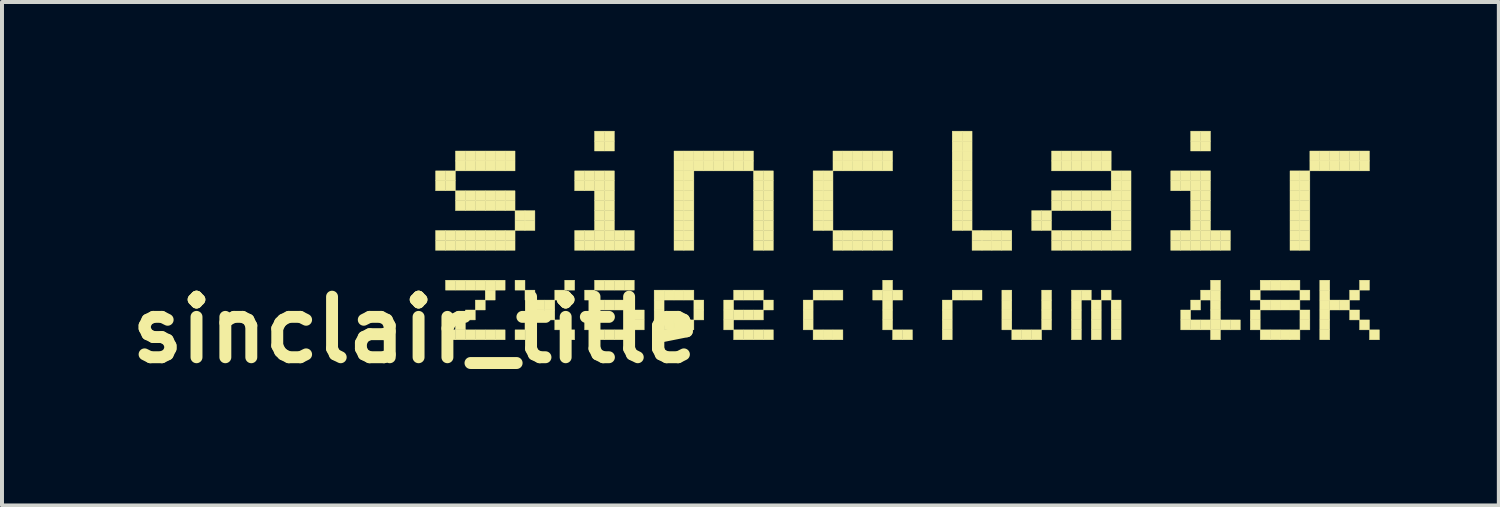
<source format=kicad_pcb>
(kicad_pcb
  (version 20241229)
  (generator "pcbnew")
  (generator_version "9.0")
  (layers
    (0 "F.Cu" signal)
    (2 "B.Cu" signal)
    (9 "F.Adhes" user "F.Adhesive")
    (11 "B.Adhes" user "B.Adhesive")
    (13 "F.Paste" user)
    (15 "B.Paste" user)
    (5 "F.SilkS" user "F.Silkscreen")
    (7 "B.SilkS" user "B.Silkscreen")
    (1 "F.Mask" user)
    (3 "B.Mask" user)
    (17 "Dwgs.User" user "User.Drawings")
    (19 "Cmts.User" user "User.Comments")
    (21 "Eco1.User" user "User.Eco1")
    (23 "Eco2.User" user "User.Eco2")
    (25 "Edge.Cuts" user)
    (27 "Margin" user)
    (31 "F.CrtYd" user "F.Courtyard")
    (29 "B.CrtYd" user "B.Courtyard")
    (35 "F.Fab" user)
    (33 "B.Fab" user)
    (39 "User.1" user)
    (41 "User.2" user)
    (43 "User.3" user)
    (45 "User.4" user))
  (footprint "sinclair_title"
    (layer "F.Cu")
    (at 7.41 0.25)
    (property "Reference" "sinclair_title" (at 0 5 0) (layer "F.SilkS") (effects (font (size 1.524 1.524) (thickness 0.3))))
    (attr through_hole)
    (fp_poly (pts (xy 0.5 1) (xy 0.75 1) (xy 0.75 1.25) (xy 0.5 1.25) (xy 0.5 1)) (stroke (width 0.01) (type solid)) (fill yes) (layer "F.SilkS"))
    (fp_poly (pts (xy 0.5 1.25) (xy 0.75 1.25) (xy 0.75 1.5) (xy 0.5 1.5) (xy 0.5 1.25)) (stroke (width 0.01) (type solid)) (fill yes) (layer "F.SilkS"))
    (fp_poly (pts (xy 0.5 2.5) (xy 0.75 2.5) (xy 0.75 2.75) (xy 0.5 2.75) (xy 0.5 2.5)) (stroke (width 0.01) (type solid)) (fill yes) (layer "F.SilkS"))
    (fp_poly (pts (xy 0.5 2.75) (xy 0.75 2.75) (xy 0.75 3) (xy 0.5 3) (xy 0.5 2.75)) (stroke (width 0.01) (type solid)) (fill yes) (layer "F.SilkS"))
    (fp_poly (pts (xy 0.75 1) (xy 1 1) (xy 1 1.25) (xy 0.75 1.25) (xy 0.75 1)) (stroke (width 0.01) (type solid)) (fill yes) (layer "F.SilkS"))
    (fp_poly (pts (xy 0.75 1.25) (xy 1 1.25) (xy 1 1.5) (xy 0.75 1.5) (xy 0.75 1.25)) (stroke (width 0.01) (type solid)) (fill yes) (layer "F.SilkS"))
    (fp_poly (pts (xy 0.75 2.5) (xy 1 2.5) (xy 1 2.75) (xy 0.75 2.75) (xy 0.75 2.5)) (stroke (width 0.01) (type solid)) (fill yes) (layer "F.SilkS"))
    (fp_poly (pts (xy 0.75 2.75) (xy 1 2.75) (xy 1 3) (xy 0.75 3) (xy 0.75 2.75)) (stroke (width 0.01) (type solid)) (fill yes) (layer "F.SilkS"))
    (fp_poly (pts (xy 0.75 3.75) (xy 1 3.75) (xy 1 4) (xy 0.75 4) (xy 0.75 3.75)) (stroke (width 0.01) (type solid)) (fill yes) (layer "F.SilkS"))
    (fp_poly (pts (xy 0.75 5) (xy 1 5) (xy 1 5.25) (xy 0.75 5.25) (xy 0.75 5)) (stroke (width 0.01) (type solid)) (fill yes) (layer "F.SilkS"))
    (fp_poly (pts (xy 1 0.5) (xy 1.25 0.5) (xy 1.25 0.75) (xy 1 0.75) (xy 1 0.5)) (stroke (width 0.01) (type solid)) (fill yes) (layer "F.SilkS"))
    (fp_poly (pts (xy 1 0.75) (xy 1.25 0.75) (xy 1.25 1) (xy 1 1) (xy 1 0.75)) (stroke (width 0.01) (type solid)) (fill yes) (layer "F.SilkS"))
    (fp_poly (pts (xy 1 1.5) (xy 1.25 1.5) (xy 1.25 1.75) (xy 1 1.75) (xy 1 1.5)) (stroke (width 0.01) (type solid)) (fill yes) (layer "F.SilkS"))
    (fp_poly (pts (xy 1 1.75) (xy 1.25 1.75) (xy 1.25 2) (xy 1 2) (xy 1 1.75)) (stroke (width 0.01) (type solid)) (fill yes) (layer "F.SilkS"))
    (fp_poly (pts (xy 1 2.5) (xy 1.25 2.5) (xy 1.25 2.75) (xy 1 2.75) (xy 1 2.5)) (stroke (width 0.01) (type solid)) (fill yes) (layer "F.SilkS"))
    (fp_poly (pts (xy 1 2.75) (xy 1.25 2.75) (xy 1.25 3) (xy 1 3) (xy 1 2.75)) (stroke (width 0.01) (type solid)) (fill yes) (layer "F.SilkS"))
    (fp_poly (pts (xy 1 3.75) (xy 1.25 3.75) (xy 1.25 4) (xy 1 4) (xy 1 3.75)) (stroke (width 0.01) (type solid)) (fill yes) (layer "F.SilkS"))
    (fp_poly (pts (xy 1 4.75) (xy 1.25 4.75) (xy 1.25 5) (xy 1 5) (xy 1 4.75)) (stroke (width 0.01) (type solid)) (fill yes) (layer "F.SilkS"))
    (fp_poly (pts (xy 1 5) (xy 1.25 5) (xy 1.25 5.25) (xy 1 5.25) (xy 1 5)) (stroke (width 0.01) (type solid)) (fill yes) (layer "F.SilkS"))
    (fp_poly (pts (xy 1.25 0.5) (xy 1.5 0.5) (xy 1.5 0.75) (xy 1.25 0.75) (xy 1.25 0.5)) (stroke (width 0.01) (type solid)) (fill yes) (layer "F.SilkS"))
    (fp_poly (pts (xy 1.25 0.75) (xy 1.5 0.75) (xy 1.5 1) (xy 1.25 1) (xy 1.25 0.75)) (stroke (width 0.01) (type solid)) (fill yes) (layer "F.SilkS"))
    (fp_poly (pts (xy 1.25 1.5) (xy 1.5 1.5) (xy 1.5 1.75) (xy 1.25 1.75) (xy 1.25 1.5)) (stroke (width 0.01) (type solid)) (fill yes) (layer "F.SilkS"))
    (fp_poly (pts (xy 1.25 1.75) (xy 1.5 1.75) (xy 1.5 2) (xy 1.25 2) (xy 1.25 1.75)) (stroke (width 0.01) (type solid)) (fill yes) (layer "F.SilkS"))
    (fp_poly (pts (xy 1.25 2.5) (xy 1.5 2.5) (xy 1.5 2.75) (xy 1.25 2.75) (xy 1.25 2.5)) (stroke (width 0.01) (type solid)) (fill yes) (layer "F.SilkS"))
    (fp_poly (pts (xy 1.25 2.75) (xy 1.5 2.75) (xy 1.5 3) (xy 1.25 3) (xy 1.25 2.75)) (stroke (width 0.01) (type solid)) (fill yes) (layer "F.SilkS"))
    (fp_poly (pts (xy 1.25 3.75) (xy 1.5 3.75) (xy 1.5 4) (xy 1.25 4) (xy 1.25 3.75)) (stroke (width 0.01) (type solid)) (fill yes) (layer "F.SilkS"))
    (fp_poly (pts (xy 1.25 4.5) (xy 1.5 4.5) (xy 1.5 4.75) (xy 1.25 4.75) (xy 1.25 4.5)) (stroke (width 0.01) (type solid)) (fill yes) (layer "F.SilkS"))
    (fp_poly (pts (xy 1.25 5) (xy 1.5 5) (xy 1.5 5.25) (xy 1.25 5.25) (xy 1.25 5)) (stroke (width 0.01) (type solid)) (fill yes) (layer "F.SilkS"))
    (fp_poly (pts (xy 1.5 0.5) (xy 1.75 0.5) (xy 1.75 0.75) (xy 1.5 0.75) (xy 1.5 0.5)) (stroke (width 0.01) (type solid)) (fill yes) (layer "F.SilkS"))
    (fp_poly (pts (xy 1.5 0.75) (xy 1.75 0.75) (xy 1.75 1) (xy 1.5 1) (xy 1.5 0.75)) (stroke (width 0.01) (type solid)) (fill yes) (layer "F.SilkS"))
    (fp_poly (pts (xy 1.5 1.5) (xy 1.75 1.5) (xy 1.75 1.75) (xy 1.5 1.75) (xy 1.5 1.5)) (stroke (width 0.01) (type solid)) (fill yes) (layer "F.SilkS"))
    (fp_poly (pts (xy 1.5 1.75) (xy 1.75 1.75) (xy 1.75 2) (xy 1.5 2) (xy 1.5 1.75)) (stroke (width 0.01) (type solid)) (fill yes) (layer "F.SilkS"))
    (fp_poly (pts (xy 1.5 2.5) (xy 1.75 2.5) (xy 1.75 2.75) (xy 1.5 2.75) (xy 1.5 2.5)) (stroke (width 0.01) (type solid)) (fill yes) (layer "F.SilkS"))
    (fp_poly (pts (xy 1.5 2.75) (xy 1.75 2.75) (xy 1.75 3) (xy 1.5 3) (xy 1.5 2.75)) (stroke (width 0.01) (type solid)) (fill yes) (layer "F.SilkS"))
    (fp_poly (pts (xy 1.5 3.75) (xy 1.75 3.75) (xy 1.75 4) (xy 1.5 4) (xy 1.5 3.75)) (stroke (width 0.01) (type solid)) (fill yes) (layer "F.SilkS"))
    (fp_poly (pts (xy 1.5 4.25) (xy 1.75 4.25) (xy 1.75 4.5) (xy 1.5 4.5) (xy 1.5 4.25)) (stroke (width 0.01) (type solid)) (fill yes) (layer "F.SilkS"))
    (fp_poly (pts (xy 1.5 5) (xy 1.75 5) (xy 1.75 5.25) (xy 1.5 5.25) (xy 1.5 5)) (stroke (width 0.01) (type solid)) (fill yes) (layer "F.SilkS"))
    (fp_poly (pts (xy 1.75 0.5) (xy 2 0.5) (xy 2 0.75) (xy 1.75 0.75) (xy 1.75 0.5)) (stroke (width 0.01) (type solid)) (fill yes) (layer "F.SilkS"))
    (fp_poly (pts (xy 1.75 0.75) (xy 2 0.75) (xy 2 1) (xy 1.75 1) (xy 1.75 0.75)) (stroke (width 0.01) (type solid)) (fill yes) (layer "F.SilkS"))
    (fp_poly (pts (xy 1.75 1.5) (xy 2 1.5) (xy 2 1.75) (xy 1.75 1.75) (xy 1.75 1.5)) (stroke (width 0.01) (type solid)) (fill yes) (layer "F.SilkS"))
    (fp_poly (pts (xy 1.75 1.75) (xy 2 1.75) (xy 2 2) (xy 1.75 2) (xy 1.75 1.75)) (stroke (width 0.01) (type solid)) (fill yes) (layer "F.SilkS"))
    (fp_poly (pts (xy 1.75 2.5) (xy 2 2.5) (xy 2 2.75) (xy 1.75 2.75) (xy 1.75 2.5)) (stroke (width 0.01) (type solid)) (fill yes) (layer "F.SilkS"))
    (fp_poly (pts (xy 1.75 2.75) (xy 2 2.75) (xy 2 3) (xy 1.75 3) (xy 1.75 2.75)) (stroke (width 0.01) (type solid)) (fill yes) (layer "F.SilkS"))
    (fp_poly (pts (xy 1.75 3.75) (xy 2 3.75) (xy 2 4) (xy 1.75 4) (xy 1.75 3.75)) (stroke (width 0.01) (type solid)) (fill yes) (layer "F.SilkS"))
    (fp_poly (pts (xy 1.75 4) (xy 2 4) (xy 2 4.25) (xy 1.75 4.25) (xy 1.75 4)) (stroke (width 0.01) (type solid)) (fill yes) (layer "F.SilkS"))
    (fp_poly (pts (xy 1.75 5) (xy 2 5) (xy 2 5.25) (xy 1.75 5.25) (xy 1.75 5)) (stroke (width 0.01) (type solid)) (fill yes) (layer "F.SilkS"))
    (fp_poly (pts (xy 2 0.5) (xy 2.25 0.5) (xy 2.25 0.75) (xy 2 0.75) (xy 2 0.5)) (stroke (width 0.01) (type solid)) (fill yes) (layer "F.SilkS"))
    (fp_poly (pts (xy 2 0.75) (xy 2.25 0.75) (xy 2.25 1) (xy 2 1) (xy 2 0.75)) (stroke (width 0.01) (type solid)) (fill yes) (layer "F.SilkS"))
    (fp_poly (pts (xy 2 1.5) (xy 2.25 1.5) (xy 2.25 1.75) (xy 2 1.75) (xy 2 1.5)) (stroke (width 0.01) (type solid)) (fill yes) (layer "F.SilkS"))
    (fp_poly (pts (xy 2 1.75) (xy 2.25 1.75) (xy 2.25 2) (xy 2 2) (xy 2 1.75)) (stroke (width 0.01) (type solid)) (fill yes) (layer "F.SilkS"))
    (fp_poly (pts (xy 2 2.5) (xy 2.25 2.5) (xy 2.25 2.75) (xy 2 2.75) (xy 2 2.5)) (stroke (width 0.01) (type solid)) (fill yes) (layer "F.SilkS"))
    (fp_poly (pts (xy 2 2.75) (xy 2.25 2.75) (xy 2.25 3) (xy 2 3) (xy 2 2.75)) (stroke (width 0.01) (type solid)) (fill yes) (layer "F.SilkS"))
    (fp_poly (pts (xy 2 3.75) (xy 2.25 3.75) (xy 2.25 4) (xy 2 4) (xy 2 3.75)) (stroke (width 0.01) (type solid)) (fill yes) (layer "F.SilkS"))
    (fp_poly (pts (xy 2 5) (xy 2.25 5) (xy 2.25 5.25) (xy 2 5.25) (xy 2 5)) (stroke (width 0.01) (type solid)) (fill yes) (layer "F.SilkS"))
    (fp_poly (pts (xy 2.25 0.5) (xy 2.5 0.5) (xy 2.5 0.75) (xy 2.25 0.75) (xy 2.25 0.5)) (stroke (width 0.01) (type solid)) (fill yes) (layer "F.SilkS"))
    (fp_poly (pts (xy 2.25 0.75) (xy 2.5 0.75) (xy 2.5 1) (xy 2.25 1) (xy 2.25 0.75)) (stroke (width 0.01) (type solid)) (fill yes) (layer "F.SilkS"))
    (fp_poly (pts (xy 2.25 1.5) (xy 2.5 1.5) (xy 2.5 1.75) (xy 2.25 1.75) (xy 2.25 1.5)) (stroke (width 0.01) (type solid)) (fill yes) (layer "F.SilkS"))
    (fp_poly (pts (xy 2.25 1.75) (xy 2.5 1.75) (xy 2.5 2) (xy 2.25 2) (xy 2.25 1.75)) (stroke (width 0.01) (type solid)) (fill yes) (layer "F.SilkS"))
    (fp_poly (pts (xy 2.25 2.5) (xy 2.5 2.5) (xy 2.5 2.75) (xy 2.25 2.75) (xy 2.25 2.5)) (stroke (width 0.01) (type solid)) (fill yes) (layer "F.SilkS"))
    (fp_poly (pts (xy 2.25 2.75) (xy 2.5 2.75) (xy 2.5 3) (xy 2.25 3) (xy 2.25 2.75)) (stroke (width 0.01) (type solid)) (fill yes) (layer "F.SilkS"))
    (fp_poly (pts (xy 2.5 2) (xy 2.75 2) (xy 2.75 2.25) (xy 2.5 2.25) (xy 2.5 2)) (stroke (width 0.01) (type solid)) (fill yes) (layer "F.SilkS"))
    (fp_poly (pts (xy 2.5 2.25) (xy 2.75 2.25) (xy 2.75 2.5) (xy 2.5 2.5) (xy 2.5 2.25)) (stroke (width 0.01) (type solid)) (fill yes) (layer "F.SilkS"))
    (fp_poly (pts (xy 2.5 3.75) (xy 2.75 3.75) (xy 2.75 4) (xy 2.5 4) (xy 2.5 3.75)) (stroke (width 0.01) (type solid)) (fill yes) (layer "F.SilkS"))
    (fp_poly (pts (xy 2.5 5) (xy 2.75 5) (xy 2.75 5.25) (xy 2.5 5.25) (xy 2.5 5)) (stroke (width 0.01) (type solid)) (fill yes) (layer "F.SilkS"))
    (fp_poly (pts (xy 2.75 2) (xy 3 2) (xy 3 2.25) (xy 2.75 2.25) (xy 2.75 2)) (stroke (width 0.01) (type solid)) (fill yes) (layer "F.SilkS"))
    (fp_poly (pts (xy 2.75 2.25) (xy 3 2.25) (xy 3 2.5) (xy 2.75 2.5) (xy 2.75 2.25)) (stroke (width 0.01) (type solid)) (fill yes) (layer "F.SilkS"))
    (fp_poly (pts (xy 2.75 4) (xy 3 4) (xy 3 4.25) (xy 2.75 4.25) (xy 2.75 4)) (stroke (width 0.01) (type solid)) (fill yes) (layer "F.SilkS"))
    (fp_poly (pts (xy 2.75 4.75) (xy 3 4.75) (xy 3 5) (xy 2.75 5) (xy 2.75 4.75)) (stroke (width 0.01) (type solid)) (fill yes) (layer "F.SilkS"))
    (fp_poly (pts (xy 3 4.25) (xy 3.25 4.25) (xy 3.25 4.5) (xy 3 4.5) (xy 3 4.25)) (stroke (width 0.01) (type solid)) (fill yes) (layer "F.SilkS"))
    (fp_poly (pts (xy 3 4.5) (xy 3.25 4.5) (xy 3.25 4.75) (xy 3 4.75) (xy 3 4.5)) (stroke (width 0.01) (type solid)) (fill yes) (layer "F.SilkS"))
    (fp_poly (pts (xy 3.25 4.25) (xy 3.5 4.25) (xy 3.5 4.5) (xy 3.25 4.5) (xy 3.25 4.25)) (stroke (width 0.01) (type solid)) (fill yes) (layer "F.SilkS"))
    (fp_poly (pts (xy 3.25 4.5) (xy 3.5 4.5) (xy 3.5 4.75) (xy 3.25 4.75) (xy 3.25 4.5)) (stroke (width 0.01) (type solid)) (fill yes) (layer "F.SilkS"))
    (fp_poly (pts (xy 3.5 4) (xy 3.75 4) (xy 3.75 4.25) (xy 3.5 4.25) (xy 3.5 4)) (stroke (width 0.01) (type solid)) (fill yes) (layer "F.SilkS"))
    (fp_poly (pts (xy 3.5 4.75) (xy 3.75 4.75) (xy 3.75 5) (xy 3.5 5) (xy 3.5 4.75)) (stroke (width 0.01) (type solid)) (fill yes) (layer "F.SilkS"))
    (fp_poly (pts (xy 3.75 3.75) (xy 4 3.75) (xy 4 4) (xy 3.75 4) (xy 3.75 3.75)) (stroke (width 0.01) (type solid)) (fill yes) (layer "F.SilkS"))
    (fp_poly (pts (xy 3.75 5) (xy 4 5) (xy 4 5.25) (xy 3.75 5.25) (xy 3.75 5)) (stroke (width 0.01) (type solid)) (fill yes) (layer "F.SilkS"))
    (fp_poly (pts (xy 4 1) (xy 4.25 1) (xy 4.25 1.25) (xy 4 1.25) (xy 4 1)) (stroke (width 0.01) (type solid)) (fill yes) (layer "F.SilkS"))
    (fp_poly (pts (xy 4 1.25) (xy 4.25 1.25) (xy 4.25 1.5) (xy 4 1.5) (xy 4 1.25)) (stroke (width 0.01) (type solid)) (fill yes) (layer "F.SilkS"))
    (fp_poly (pts (xy 4 2.5) (xy 4.25 2.5) (xy 4.25 2.75) (xy 4 2.75) (xy 4 2.5)) (stroke (width 0.01) (type solid)) (fill yes) (layer "F.SilkS"))
    (fp_poly (pts (xy 4 2.75) (xy 4.25 2.75) (xy 4.25 3) (xy 4 3) (xy 4 2.75)) (stroke (width 0.01) (type solid)) (fill yes) (layer "F.SilkS"))
    (fp_poly (pts (xy 4.25 1) (xy 4.5 1) (xy 4.5 1.25) (xy 4.25 1.25) (xy 4.25 1)) (stroke (width 0.01) (type solid)) (fill yes) (layer "F.SilkS"))
    (fp_poly (pts (xy 4.25 1.25) (xy 4.5 1.25) (xy 4.5 1.5) (xy 4.25 1.5) (xy 4.25 1.25)) (stroke (width 0.01) (type solid)) (fill yes) (layer "F.SilkS"))
    (fp_poly (pts (xy 4.25 2.5) (xy 4.5 2.5) (xy 4.5 2.75) (xy 4.25 2.75) (xy 4.25 2.5)) (stroke (width 0.01) (type solid)) (fill yes) (layer "F.SilkS"))
    (fp_poly (pts (xy 4.25 2.75) (xy 4.5 2.75) (xy 4.5 3) (xy 4.25 3) (xy 4.25 2.75)) (stroke (width 0.01) (type solid)) (fill yes) (layer "F.SilkS"))
    (fp_poly (pts (xy 4.25 4) (xy 4.5 4) (xy 4.5 4.25) (xy 4.25 4.25) (xy 4.25 4)) (stroke (width 0.01) (type solid)) (fill yes) (layer "F.SilkS"))
    (fp_poly (pts (xy 4.25 4.75) (xy 4.5 4.75) (xy 4.5 5) (xy 4.25 5) (xy 4.25 4.75)) (stroke (width 0.01) (type solid)) (fill yes) (layer "F.SilkS"))
    (fp_poly (pts (xy 4.5 0) (xy 4.75 0) (xy 4.75 0.25) (xy 4.5 0.25) (xy 4.5 0)) (stroke (width 0.01) (type solid)) (fill yes) (layer "F.SilkS"))
    (fp_poly (pts (xy 4.5 0.25) (xy 4.75 0.25) (xy 4.75 0.5) (xy 4.5 0.5) (xy 4.5 0.25)) (stroke (width 0.01) (type solid)) (fill yes) (layer "F.SilkS"))
    (fp_poly (pts (xy 4.5 1) (xy 4.75 1) (xy 4.75 1.25) (xy 4.5 1.25) (xy 4.5 1)) (stroke (width 0.01) (type solid)) (fill yes) (layer "F.SilkS"))
    (fp_poly (pts (xy 4.5 1.25) (xy 4.75 1.25) (xy 4.75 1.5) (xy 4.5 1.5) (xy 4.5 1.25)) (stroke (width 0.01) (type solid)) (fill yes) (layer "F.SilkS"))
    (fp_poly (pts (xy 4.5 1.5) (xy 4.75 1.5) (xy 4.75 1.75) (xy 4.5 1.75) (xy 4.5 1.5)) (stroke (width 0.01) (type solid)) (fill yes) (layer "F.SilkS"))
    (fp_poly (pts (xy 4.5 1.75) (xy 4.75 1.75) (xy 4.75 2) (xy 4.5 2) (xy 4.5 1.75)) (stroke (width 0.01) (type solid)) (fill yes) (layer "F.SilkS"))
    (fp_poly (pts (xy 4.5 2) (xy 4.75 2) (xy 4.75 2.25) (xy 4.5 2.25) (xy 4.5 2)) (stroke (width 0.01) (type solid)) (fill yes) (layer "F.SilkS"))
    (fp_poly (pts (xy 4.5 2.25) (xy 4.75 2.25) (xy 4.75 2.5) (xy 4.5 2.5) (xy 4.5 2.25)) (stroke (width 0.01) (type solid)) (fill yes) (layer "F.SilkS"))
    (fp_poly (pts (xy 4.5 2.5) (xy 4.75 2.5) (xy 4.75 2.75) (xy 4.5 2.75) (xy 4.5 2.5)) (stroke (width 0.01) (type solid)) (fill yes) (layer "F.SilkS"))
    (fp_poly (pts (xy 4.5 2.75) (xy 4.75 2.75) (xy 4.75 3) (xy 4.5 3) (xy 4.5 2.75)) (stroke (width 0.01) (type solid)) (fill yes) (layer "F.SilkS"))
    (fp_poly (pts (xy 4.5 3.75) (xy 4.75 3.75) (xy 4.75 4) (xy 4.5 4) (xy 4.5 3.75)) (stroke (width 0.01) (type solid)) (fill yes) (layer "F.SilkS"))
    (fp_poly (pts (xy 4.5 4.25) (xy 4.75 4.25) (xy 4.75 4.5) (xy 4.5 4.5) (xy 4.5 4.25)) (stroke (width 0.01) (type solid)) (fill yes) (layer "F.SilkS"))
    (fp_poly (pts (xy 4.5 5) (xy 4.75 5) (xy 4.75 5.25) (xy 4.5 5.25) (xy 4.5 5)) (stroke (width 0.01) (type solid)) (fill yes) (layer "F.SilkS"))
    (fp_poly (pts (xy 4.75 0) (xy 5 0) (xy 5 0.25) (xy 4.75 0.25) (xy 4.75 0)) (stroke (width 0.01) (type solid)) (fill yes) (layer "F.SilkS"))
    (fp_poly (pts (xy 4.75 0.25) (xy 5 0.25) (xy 5 0.5) (xy 4.75 0.5) (xy 4.75 0.25)) (stroke (width 0.01) (type solid)) (fill yes) (layer "F.SilkS"))
    (fp_poly (pts (xy 4.75 1) (xy 5 1) (xy 5 1.25) (xy 4.75 1.25) (xy 4.75 1)) (stroke (width 0.01) (type solid)) (fill yes) (layer "F.SilkS"))
    (fp_poly (pts (xy 4.75 1.25) (xy 5 1.25) (xy 5 1.5) (xy 4.75 1.5) (xy 4.75 1.25)) (stroke (width 0.01) (type solid)) (fill yes) (layer "F.SilkS"))
    (fp_poly (pts (xy 4.75 1.5) (xy 5 1.5) (xy 5 1.75) (xy 4.75 1.75) (xy 4.75 1.5)) (stroke (width 0.01) (type solid)) (fill yes) (layer "F.SilkS"))
    (fp_poly (pts (xy 4.75 1.75) (xy 5 1.75) (xy 5 2) (xy 4.75 2) (xy 4.75 1.75)) (stroke (width 0.01) (type solid)) (fill yes) (layer "F.SilkS"))
    (fp_poly (pts (xy 4.75 2) (xy 5 2) (xy 5 2.25) (xy 4.75 2.25) (xy 4.75 2)) (stroke (width 0.01) (type solid)) (fill yes) (layer "F.SilkS"))
    (fp_poly (pts (xy 4.75 2.25) (xy 5 2.25) (xy 5 2.5) (xy 4.75 2.5) (xy 4.75 2.25)) (stroke (width 0.01) (type solid)) (fill yes) (layer "F.SilkS"))
    (fp_poly (pts (xy 4.75 2.5) (xy 5 2.5) (xy 5 2.75) (xy 4.75 2.75) (xy 4.75 2.5)) (stroke (width 0.01) (type solid)) (fill yes) (layer "F.SilkS"))
    (fp_poly (pts (xy 4.75 2.75) (xy 5 2.75) (xy 5 3) (xy 4.75 3) (xy 4.75 2.75)) (stroke (width 0.01) (type solid)) (fill yes) (layer "F.SilkS"))
    (fp_poly (pts (xy 4.75 3.75) (xy 5 3.75) (xy 5 4) (xy 4.75 4) (xy 4.75 3.75)) (stroke (width 0.01) (type solid)) (fill yes) (layer "F.SilkS"))
    (fp_poly (pts (xy 4.75 4.25) (xy 5 4.25) (xy 5 4.5) (xy 4.75 4.5) (xy 4.75 4.25)) (stroke (width 0.01) (type solid)) (fill yes) (layer "F.SilkS"))
    (fp_poly (pts (xy 4.75 5) (xy 5 5) (xy 5 5.25) (xy 4.75 5.25) (xy 4.75 5)) (stroke (width 0.01) (type solid)) (fill yes) (layer "F.SilkS"))
    (fp_poly (pts (xy 5 2.5) (xy 5.25 2.5) (xy 5.25 2.75) (xy 5 2.75) (xy 5 2.5)) (stroke (width 0.01) (type solid)) (fill yes) (layer "F.SilkS"))
    (fp_poly (pts (xy 5 2.75) (xy 5.25 2.75) (xy 5.25 3) (xy 5 3) (xy 5 2.75)) (stroke (width 0.01) (type solid)) (fill yes) (layer "F.SilkS"))
    (fp_poly (pts (xy 5 3.75) (xy 5.25 3.75) (xy 5.25 4) (xy 5 4) (xy 5 3.75)) (stroke (width 0.01) (type solid)) (fill yes) (layer "F.SilkS"))
    (fp_poly (pts (xy 5 4.25) (xy 5.25 4.25) (xy 5.25 4.5) (xy 5 4.5) (xy 5 4.25)) (stroke (width 0.01) (type solid)) (fill yes) (layer "F.SilkS"))
    (fp_poly (pts (xy 5 5) (xy 5.25 5) (xy 5.25 5.25) (xy 5 5.25) (xy 5 5)) (stroke (width 0.01) (type solid)) (fill yes) (layer "F.SilkS"))
    (fp_poly (pts (xy 5.25 2.5) (xy 5.5 2.5) (xy 5.5 2.75) (xy 5.25 2.75) (xy 5.25 2.5)) (stroke (width 0.01) (type solid)) (fill yes) (layer "F.SilkS"))
    (fp_poly (pts (xy 5.25 2.75) (xy 5.5 2.75) (xy 5.5 3) (xy 5.25 3) (xy 5.25 2.75)) (stroke (width 0.01) (type solid)) (fill yes) (layer "F.SilkS"))
    (fp_poly (pts (xy 5.25 3.75) (xy 5.5 3.75) (xy 5.5 4) (xy 5.25 4) (xy 5.25 3.75)) (stroke (width 0.01) (type solid)) (fill yes) (layer "F.SilkS"))
    (fp_poly (pts (xy 5.25 4.25) (xy 5.5 4.25) (xy 5.5 4.5) (xy 5.25 4.5) (xy 5.25 4.25)) (stroke (width 0.01) (type solid)) (fill yes) (layer "F.SilkS"))
    (fp_poly (pts (xy 5.25 5) (xy 5.5 5) (xy 5.5 5.25) (xy 5.25 5.25) (xy 5.25 5)) (stroke (width 0.01) (type solid)) (fill yes) (layer "F.SilkS"))
    (fp_poly (pts (xy 5.5 4.5) (xy 5.75 4.5) (xy 5.75 4.75) (xy 5.5 4.75) (xy 5.5 4.5)) (stroke (width 0.01) (type solid)) (fill yes) (layer "F.SilkS"))
    (fp_poly (pts (xy 5.5 4.75) (xy 5.75 4.75) (xy 5.75 5) (xy 5.5 5) (xy 5.5 4.75)) (stroke (width 0.01) (type solid)) (fill yes) (layer "F.SilkS"))
    (fp_poly (pts (xy 6 4) (xy 6.25 4) (xy 6.25 4.25) (xy 6 4.25) (xy 6 4)) (stroke (width 0.01) (type solid)) (fill yes) (layer "F.SilkS"))
    (fp_poly (pts (xy 6 4.25) (xy 6.25 4.25) (xy 6.25 4.5) (xy 6 4.5) (xy 6 4.25)) (stroke (width 0.01) (type solid)) (fill yes) (layer "F.SilkS"))
    (fp_poly (pts (xy 6 4.5) (xy 6.25 4.5) (xy 6.25 4.75) (xy 6 4.75) (xy 6 4.5)) (stroke (width 0.01) (type solid)) (fill yes) (layer "F.SilkS"))
    (fp_poly (pts (xy 6 4.75) (xy 6.25 4.75) (xy 6.25 5) (xy 6 5) (xy 6 4.75)) (stroke (width 0.01) (type solid)) (fill yes) (layer "F.SilkS"))
    (fp_poly (pts (xy 6 5) (xy 6.25 5) (xy 6.25 5.25) (xy 6 5.25) (xy 6 5)) (stroke (width 0.01) (type solid)) (fill yes) (layer "F.SilkS"))
    (fp_poly (pts (xy 6 5.25) (xy 6.25 5.25) (xy 6.25 5.5) (xy 6 5.5) (xy 6 5.25)) (stroke (width 0.01) (type solid)) (fill yes) (layer "F.SilkS"))
    (fp_poly (pts (xy 6.25 4) (xy 6.5 4) (xy 6.5 4.25) (xy 6.25 4.25) (xy 6.25 4)) (stroke (width 0.01) (type solid)) (fill yes) (layer "F.SilkS"))
    (fp_poly (pts (xy 6.25 4.75) (xy 6.5 4.75) (xy 6.5 5) (xy 6.25 5) (xy 6.25 4.75)) (stroke (width 0.01) (type solid)) (fill yes) (layer "F.SilkS"))
    (fp_poly (pts (xy 6.5 0.5) (xy 6.75 0.5) (xy 6.75 0.75) (xy 6.5 0.75) (xy 6.5 0.5)) (stroke (width 0.01) (type solid)) (fill yes) (layer "F.SilkS"))
    (fp_poly (pts (xy 6.5 0.75) (xy 6.75 0.75) (xy 6.75 1) (xy 6.5 1) (xy 6.5 0.75)) (stroke (width 0.01) (type solid)) (fill yes) (layer "F.SilkS"))
    (fp_poly (pts (xy 6.5 1) (xy 6.75 1) (xy 6.75 1.25) (xy 6.5 1.25) (xy 6.5 1)) (stroke (width 0.01) (type solid)) (fill yes) (layer "F.SilkS"))
    (fp_poly (pts (xy 6.5 1.25) (xy 6.75 1.25) (xy 6.75 1.5) (xy 6.5 1.5) (xy 6.5 1.25)) (stroke (width 0.01) (type solid)) (fill yes) (layer "F.SilkS"))
    (fp_poly (pts (xy 6.5 1.5) (xy 6.75 1.5) (xy 6.75 1.75) (xy 6.5 1.75) (xy 6.5 1.5)) (stroke (width 0.01) (type solid)) (fill yes) (layer "F.SilkS"))
    (fp_poly (pts (xy 6.5 1.75) (xy 6.75 1.75) (xy 6.75 2) (xy 6.5 2) (xy 6.5 1.75)) (stroke (width 0.01) (type solid)) (fill yes) (layer "F.SilkS"))
    (fp_poly (pts (xy 6.5 2) (xy 6.75 2) (xy 6.75 2.25) (xy 6.5 2.25) (xy 6.5 2)) (stroke (width 0.01) (type solid)) (fill yes) (layer "F.SilkS"))
    (fp_poly (pts (xy 6.5 2.25) (xy 6.75 2.25) (xy 6.75 2.5) (xy 6.5 2.5) (xy 6.5 2.25)) (stroke (width 0.01) (type solid)) (fill yes) (layer "F.SilkS"))
    (fp_poly (pts (xy 6.5 2.5) (xy 6.75 2.5) (xy 6.75 2.75) (xy 6.5 2.75) (xy 6.5 2.5)) (stroke (width 0.01) (type solid)) (fill yes) (layer "F.SilkS"))
    (fp_poly (pts (xy 6.5 2.75) (xy 6.75 2.75) (xy 6.75 3) (xy 6.5 3) (xy 6.5 2.75)) (stroke (width 0.01) (type solid)) (fill yes) (layer "F.SilkS"))
    (fp_poly (pts (xy 6.5 4) (xy 6.75 4) (xy 6.75 4.25) (xy 6.5 4.25) (xy 6.5 4)) (stroke (width 0.01) (type solid)) (fill yes) (layer "F.SilkS"))
    (fp_poly (pts (xy 6.5 4.75) (xy 6.75 4.75) (xy 6.75 5) (xy 6.5 5) (xy 6.5 4.75)) (stroke (width 0.01) (type solid)) (fill yes) (layer "F.SilkS"))
    (fp_poly (pts (xy 6.75 0.5) (xy 7 0.5) (xy 7 0.75) (xy 6.75 0.75) (xy 6.75 0.5)) (stroke (width 0.01) (type solid)) (fill yes) (layer "F.SilkS"))
    (fp_poly (pts (xy 6.75 0.75) (xy 7 0.75) (xy 7 1) (xy 6.75 1) (xy 6.75 0.75)) (stroke (width 0.01) (type solid)) (fill yes) (layer "F.SilkS"))
    (fp_poly (pts (xy 6.75 1) (xy 7 1) (xy 7 1.25) (xy 6.75 1.25) (xy 6.75 1)) (stroke (width 0.01) (type solid)) (fill yes) (layer "F.SilkS"))
    (fp_poly (pts (xy 6.75 1.25) (xy 7 1.25) (xy 7 1.5) (xy 6.75 1.5) (xy 6.75 1.25)) (stroke (width 0.01) (type solid)) (fill yes) (layer "F.SilkS"))
    (fp_poly (pts (xy 6.75 1.5) (xy 7 1.5) (xy 7 1.75) (xy 6.75 1.75) (xy 6.75 1.5)) (stroke (width 0.01) (type solid)) (fill yes) (layer "F.SilkS"))
    (fp_poly (pts (xy 6.75 1.75) (xy 7 1.75) (xy 7 2) (xy 6.75 2) (xy 6.75 1.75)) (stroke (width 0.01) (type solid)) (fill yes) (layer "F.SilkS"))
    (fp_poly (pts (xy 6.75 2) (xy 7 2) (xy 7 2.25) (xy 6.75 2.25) (xy 6.75 2)) (stroke (width 0.01) (type solid)) (fill yes) (layer "F.SilkS"))
    (fp_poly (pts (xy 6.75 2.25) (xy 7 2.25) (xy 7 2.5) (xy 6.75 2.5) (xy 6.75 2.25)) (stroke (width 0.01) (type solid)) (fill yes) (layer "F.SilkS"))
    (fp_poly (pts (xy 6.75 2.5) (xy 7 2.5) (xy 7 2.75) (xy 6.75 2.75) (xy 6.75 2.5)) (stroke (width 0.01) (type solid)) (fill yes) (layer "F.SilkS"))
    (fp_poly (pts (xy 6.75 2.75) (xy 7 2.75) (xy 7 3) (xy 6.75 3) (xy 6.75 2.75)) (stroke (width 0.01) (type solid)) (fill yes) (layer "F.SilkS"))
    (fp_poly (pts (xy 6.75 4) (xy 7 4) (xy 7 4.25) (xy 6.75 4.25) (xy 6.75 4)) (stroke (width 0.01) (type solid)) (fill yes) (layer "F.SilkS"))
    (fp_poly (pts (xy 6.75 4.75) (xy 7 4.75) (xy 7 5) (xy 6.75 5) (xy 6.75 4.75)) (stroke (width 0.01) (type solid)) (fill yes) (layer "F.SilkS"))
    (fp_poly (pts (xy 7 0.5) (xy 7.25 0.5) (xy 7.25 0.75) (xy 7 0.75) (xy 7 0.5)) (stroke (width 0.01) (type solid)) (fill yes) (layer "F.SilkS"))
    (fp_poly (pts (xy 7 0.75) (xy 7.25 0.75) (xy 7.25 1) (xy 7 1) (xy 7 0.75)) (stroke (width 0.01) (type solid)) (fill yes) (layer "F.SilkS"))
    (fp_poly (pts (xy 7 4.25) (xy 7.25 4.25) (xy 7.25 4.5) (xy 7 4.5) (xy 7 4.25)) (stroke (width 0.01) (type solid)) (fill yes) (layer "F.SilkS"))
    (fp_poly (pts (xy 7 4.5) (xy 7.25 4.5) (xy 7.25 4.75) (xy 7 4.75) (xy 7 4.5)) (stroke (width 0.01) (type solid)) (fill yes) (layer "F.SilkS"))
    (fp_poly (pts (xy 7.25 0.5) (xy 7.5 0.5) (xy 7.5 0.75) (xy 7.25 0.75) (xy 7.25 0.5)) (stroke (width 0.01) (type solid)) (fill yes) (layer "F.SilkS"))
    (fp_poly (pts (xy 7.25 0.75) (xy 7.5 0.75) (xy 7.5 1) (xy 7.25 1) (xy 7.25 0.75)) (stroke (width 0.01) (type solid)) (fill yes) (layer "F.SilkS"))
    (fp_poly (pts (xy 7.5 0.5) (xy 7.75 0.5) (xy 7.75 0.75) (xy 7.5 0.75) (xy 7.5 0.5)) (stroke (width 0.01) (type solid)) (fill yes) (layer "F.SilkS"))
    (fp_poly (pts (xy 7.5 0.75) (xy 7.75 0.75) (xy 7.75 1) (xy 7.5 1) (xy 7.5 0.75)) (stroke (width 0.01) (type solid)) (fill yes) (layer "F.SilkS"))
    (fp_poly (pts (xy 7.75 0.5) (xy 8 0.5) (xy 8 0.75) (xy 7.75 0.75) (xy 7.75 0.5)) (stroke (width 0.01) (type solid)) (fill yes) (layer "F.SilkS"))
    (fp_poly (pts (xy 7.75 0.75) (xy 8 0.75) (xy 8 1) (xy 7.75 1) (xy 7.75 0.75)) (stroke (width 0.01) (type solid)) (fill yes) (layer "F.SilkS"))
    (fp_poly (pts (xy 7.75 4.25) (xy 8 4.25) (xy 8 4.5) (xy 7.75 4.5) (xy 7.75 4.25)) (stroke (width 0.01) (type solid)) (fill yes) (layer "F.SilkS"))
    (fp_poly (pts (xy 7.75 4.5) (xy 8 4.5) (xy 8 4.75) (xy 7.75 4.75) (xy 7.75 4.5)) (stroke (width 0.01) (type solid)) (fill yes) (layer "F.SilkS"))
    (fp_poly (pts (xy 7.75 4.75) (xy 8 4.75) (xy 8 5) (xy 7.75 5) (xy 7.75 4.75)) (stroke (width 0.01) (type solid)) (fill yes) (layer "F.SilkS"))
    (fp_poly (pts (xy 8 0.5) (xy 8.25 0.5) (xy 8.25 0.75) (xy 8 0.75) (xy 8 0.5)) (stroke (width 0.01) (type solid)) (fill yes) (layer "F.SilkS"))
    (fp_poly (pts (xy 8 0.75) (xy 8.25 0.75) (xy 8.25 1) (xy 8 1) (xy 8 0.75)) (stroke (width 0.01) (type solid)) (fill yes) (layer "F.SilkS"))
    (fp_poly (pts (xy 8 4) (xy 8.25 4) (xy 8.25 4.25) (xy 8 4.25) (xy 8 4)) (stroke (width 0.01) (type solid)) (fill yes) (layer "F.SilkS"))
    (fp_poly (pts (xy 8 4.5) (xy 8.25 4.5) (xy 8.25 4.75) (xy 8 4.75) (xy 8 4.5)) (stroke (width 0.01) (type solid)) (fill yes) (layer "F.SilkS"))
    (fp_poly (pts (xy 8 5) (xy 8.25 5) (xy 8.25 5.25) (xy 8 5.25) (xy 8 5)) (stroke (width 0.01) (type solid)) (fill yes) (layer "F.SilkS"))
    (fp_poly (pts (xy 8.25 0.5) (xy 8.5 0.5) (xy 8.5 0.75) (xy 8.25 0.75) (xy 8.25 0.5)) (stroke (width 0.01) (type solid)) (fill yes) (layer "F.SilkS"))
    (fp_poly (pts (xy 8.25 0.75) (xy 8.5 0.75) (xy 8.5 1) (xy 8.25 1) (xy 8.25 0.75)) (stroke (width 0.01) (type solid)) (fill yes) (layer "F.SilkS"))
    (fp_poly (pts (xy 8.25 4) (xy 8.5 4) (xy 8.5 4.25) (xy 8.25 4.25) (xy 8.25 4)) (stroke (width 0.01) (type solid)) (fill yes) (layer "F.SilkS"))
    (fp_poly (pts (xy 8.25 4.5) (xy 8.5 4.5) (xy 8.5 4.75) (xy 8.25 4.75) (xy 8.25 4.5)) (stroke (width 0.01) (type solid)) (fill yes) (layer "F.SilkS"))
    (fp_poly (pts (xy 8.25 5) (xy 8.5 5) (xy 8.5 5.25) (xy 8.25 5.25) (xy 8.25 5)) (stroke (width 0.01) (type solid)) (fill yes) (layer "F.SilkS"))
    (fp_poly (pts (xy 8.5 1) (xy 8.75 1) (xy 8.75 1.25) (xy 8.5 1.25) (xy 8.5 1)) (stroke (width 0.01) (type solid)) (fill yes) (layer "F.SilkS"))
    (fp_poly (pts (xy 8.5 1.25) (xy 8.75 1.25) (xy 8.75 1.5) (xy 8.5 1.5) (xy 8.5 1.25)) (stroke (width 0.01) (type solid)) (fill yes) (layer "F.SilkS"))
    (fp_poly (pts (xy 8.5 1.5) (xy 8.75 1.5) (xy 8.75 1.75) (xy 8.5 1.75) (xy 8.5 1.5)) (stroke (width 0.01) (type solid)) (fill yes) (layer "F.SilkS"))
    (fp_poly (pts (xy 8.5 1.75) (xy 8.75 1.75) (xy 8.75 2) (xy 8.5 2) (xy 8.5 1.75)) (stroke (width 0.01) (type solid)) (fill yes) (layer "F.SilkS"))
    (fp_poly (pts (xy 8.5 2) (xy 8.75 2) (xy 8.75 2.25) (xy 8.5 2.25) (xy 8.5 2)) (stroke (width 0.01) (type solid)) (fill yes) (layer "F.SilkS"))
    (fp_poly (pts (xy 8.5 2.25) (xy 8.75 2.25) (xy 8.75 2.5) (xy 8.5 2.5) (xy 8.5 2.25)) (stroke (width 0.01) (type solid)) (fill yes) (layer "F.SilkS"))
    (fp_poly (pts (xy 8.5 2.5) (xy 8.75 2.5) (xy 8.75 2.75) (xy 8.5 2.75) (xy 8.5 2.5)) (stroke (width 0.01) (type solid)) (fill yes) (layer "F.SilkS"))
    (fp_poly (pts (xy 8.5 2.75) (xy 8.75 2.75) (xy 8.75 3) (xy 8.5 3) (xy 8.5 2.75)) (stroke (width 0.01) (type solid)) (fill yes) (layer "F.SilkS"))
    (fp_poly (pts (xy 8.5 4) (xy 8.75 4) (xy 8.75 4.25) (xy 8.5 4.25) (xy 8.5 4)) (stroke (width 0.01) (type solid)) (fill yes) (layer "F.SilkS"))
    (fp_poly (pts (xy 8.5 4.5) (xy 8.75 4.5) (xy 8.75 4.75) (xy 8.5 4.75) (xy 8.5 4.5)) (stroke (width 0.01) (type solid)) (fill yes) (layer "F.SilkS"))
    (fp_poly (pts (xy 8.5 5) (xy 8.75 5) (xy 8.75 5.25) (xy 8.5 5.25) (xy 8.5 5)) (stroke (width 0.01) (type solid)) (fill yes) (layer "F.SilkS"))
    (fp_poly (pts (xy 8.75 1) (xy 9 1) (xy 9 1.25) (xy 8.75 1.25) (xy 8.75 1)) (stroke (width 0.01) (type solid)) (fill yes) (layer "F.SilkS"))
    (fp_poly (pts (xy 8.75 1.25) (xy 9 1.25) (xy 9 1.5) (xy 8.75 1.5) (xy 8.75 1.25)) (stroke (width 0.01) (type solid)) (fill yes) (layer "F.SilkS"))
    (fp_poly (pts (xy 8.75 1.5) (xy 9 1.5) (xy 9 1.75) (xy 8.75 1.75) (xy 8.75 1.5)) (stroke (width 0.01) (type solid)) (fill yes) (layer "F.SilkS"))
    (fp_poly (pts (xy 8.75 1.75) (xy 9 1.75) (xy 9 2) (xy 8.75 2) (xy 8.75 1.75)) (stroke (width 0.01) (type solid)) (fill yes) (layer "F.SilkS"))
    (fp_poly (pts (xy 8.75 2) (xy 9 2) (xy 9 2.25) (xy 8.75 2.25) (xy 8.75 2)) (stroke (width 0.01) (type solid)) (fill yes) (layer "F.SilkS"))
    (fp_poly (pts (xy 8.75 2.25) (xy 9 2.25) (xy 9 2.5) (xy 8.75 2.5) (xy 8.75 2.25)) (stroke (width 0.01) (type solid)) (fill yes) (layer "F.SilkS"))
    (fp_poly (pts (xy 8.75 2.5) (xy 9 2.5) (xy 9 2.75) (xy 8.75 2.75) (xy 8.75 2.5)) (stroke (width 0.01) (type solid)) (fill yes) (layer "F.SilkS"))
    (fp_poly (pts (xy 8.75 2.75) (xy 9 2.75) (xy 9 3) (xy 8.75 3) (xy 8.75 2.75)) (stroke (width 0.01) (type solid)) (fill yes) (layer "F.SilkS"))
    (fp_poly (pts (xy 8.75 4.25) (xy 9 4.25) (xy 9 4.5) (xy 8.75 4.5) (xy 8.75 4.25)) (stroke (width 0.01) (type solid)) (fill yes) (layer "F.SilkS"))
    (fp_poly (pts (xy 8.75 5) (xy 9 5) (xy 9 5.25) (xy 8.75 5.25) (xy 8.75 5)) (stroke (width 0.01) (type solid)) (fill yes) (layer "F.SilkS"))
    (fp_poly (pts (xy 9.75 4.25) (xy 10 4.25) (xy 10 4.5) (xy 9.75 4.5) (xy 9.75 4.25)) (stroke (width 0.01) (type solid)) (fill yes) (layer "F.SilkS"))
    (fp_poly (pts (xy 9.75 4.5) (xy 10 4.5) (xy 10 4.75) (xy 9.75 4.75) (xy 9.75 4.5)) (stroke (width 0.01) (type solid)) (fill yes) (layer "F.SilkS"))
    (fp_poly (pts (xy 9.75 4.75) (xy 10 4.75) (xy 10 5) (xy 9.75 5) (xy 9.75 4.75)) (stroke (width 0.01) (type solid)) (fill yes) (layer "F.SilkS"))
    (fp_poly (pts (xy 10 1) (xy 10.25 1) (xy 10.25 1.25) (xy 10 1.25) (xy 10 1)) (stroke (width 0.01) (type solid)) (fill yes) (layer "F.SilkS"))
    (fp_poly (pts (xy 10 1.25) (xy 10.25 1.25) (xy 10.25 1.5) (xy 10 1.5) (xy 10 1.25)) (stroke (width 0.01) (type solid)) (fill yes) (layer "F.SilkS"))
    (fp_poly (pts (xy 10 1.5) (xy 10.25 1.5) (xy 10.25 1.75) (xy 10 1.75) (xy 10 1.5)) (stroke (width 0.01) (type solid)) (fill yes) (layer "F.SilkS"))
    (fp_poly (pts (xy 10 1.75) (xy 10.25 1.75) (xy 10.25 2) (xy 10 2) (xy 10 1.75)) (stroke (width 0.01) (type solid)) (fill yes) (layer "F.SilkS"))
    (fp_poly (pts (xy 10 2) (xy 10.25 2) (xy 10.25 2.25) (xy 10 2.25) (xy 10 2)) (stroke (width 0.01) (type solid)) (fill yes) (layer "F.SilkS"))
    (fp_poly (pts (xy 10 2.25) (xy 10.25 2.25) (xy 10.25 2.5) (xy 10 2.5) (xy 10 2.25)) (stroke (width 0.01) (type solid)) (fill yes) (layer "F.SilkS"))
    (fp_poly (pts (xy 10 4) (xy 10.25 4) (xy 10.25 4.25) (xy 10 4.25) (xy 10 4)) (stroke (width 0.01) (type solid)) (fill yes) (layer "F.SilkS"))
    (fp_poly (pts (xy 10 5) (xy 10.25 5) (xy 10.25 5.25) (xy 10 5.25) (xy 10 5)) (stroke (width 0.01) (type solid)) (fill yes) (layer "F.SilkS"))
    (fp_poly (pts (xy 10.25 1) (xy 10.5 1) (xy 10.5 1.25) (xy 10.25 1.25) (xy 10.25 1)) (stroke (width 0.01) (type solid)) (fill yes) (layer "F.SilkS"))
    (fp_poly (pts (xy 10.25 1.25) (xy 10.5 1.25) (xy 10.5 1.5) (xy 10.25 1.5) (xy 10.25 1.25)) (stroke (width 0.01) (type solid)) (fill yes) (layer "F.SilkS"))
    (fp_poly (pts (xy 10.25 1.5) (xy 10.5 1.5) (xy 10.5 1.75) (xy 10.25 1.75) (xy 10.25 1.5)) (stroke (width 0.01) (type solid)) (fill yes) (layer "F.SilkS"))
    (fp_poly (pts (xy 10.25 1.75) (xy 10.5 1.75) (xy 10.5 2) (xy 10.25 2) (xy 10.25 1.75)) (stroke (width 0.01) (type solid)) (fill yes) (layer "F.SilkS"))
    (fp_poly (pts (xy 10.25 2) (xy 10.5 2) (xy 10.5 2.25) (xy 10.25 2.25) (xy 10.25 2)) (stroke (width 0.01) (type solid)) (fill yes) (layer "F.SilkS"))
    (fp_poly (pts (xy 10.25 2.25) (xy 10.5 2.25) (xy 10.5 2.5) (xy 10.25 2.5) (xy 10.25 2.25)) (stroke (width 0.01) (type solid)) (fill yes) (layer "F.SilkS"))
    (fp_poly (pts (xy 10.25 4) (xy 10.5 4) (xy 10.5 4.25) (xy 10.25 4.25) (xy 10.25 4)) (stroke (width 0.01) (type solid)) (fill yes) (layer "F.SilkS"))
    (fp_poly (pts (xy 10.25 5) (xy 10.5 5) (xy 10.5 5.25) (xy 10.25 5.25) (xy 10.25 5)) (stroke (width 0.01) (type solid)) (fill yes) (layer "F.SilkS"))
    (fp_poly (pts (xy 10.5 0.5) (xy 10.75 0.5) (xy 10.75 0.75) (xy 10.5 0.75) (xy 10.5 0.5)) (stroke (width 0.01) (type solid)) (fill yes) (layer "F.SilkS"))
    (fp_poly (pts (xy 10.5 0.75) (xy 10.75 0.75) (xy 10.75 1) (xy 10.5 1) (xy 10.5 0.75)) (stroke (width 0.01) (type solid)) (fill yes) (layer "F.SilkS"))
    (fp_poly (pts (xy 10.5 2.5) (xy 10.75 2.5) (xy 10.75 2.75) (xy 10.5 2.75) (xy 10.5 2.5)) (stroke (width 0.01) (type solid)) (fill yes) (layer "F.SilkS"))
    (fp_poly (pts (xy 10.5 2.75) (xy 10.75 2.75) (xy 10.75 3) (xy 10.5 3) (xy 10.5 2.75)) (stroke (width 0.01) (type solid)) (fill yes) (layer "F.SilkS"))
    (fp_poly (pts (xy 10.5 4) (xy 10.75 4) (xy 10.75 4.25) (xy 10.5 4.25) (xy 10.5 4)) (stroke (width 0.01) (type solid)) (fill yes) (layer "F.SilkS"))
    (fp_poly (pts (xy 10.5 5) (xy 10.75 5) (xy 10.75 5.25) (xy 10.5 5.25) (xy 10.5 5)) (stroke (width 0.01) (type solid)) (fill yes) (layer "F.SilkS"))
    (fp_poly (pts (xy 10.75 0.5) (xy 11 0.5) (xy 11 0.75) (xy 10.75 0.75) (xy 10.75 0.5)) (stroke (width 0.01) (type solid)) (fill yes) (layer "F.SilkS"))
    (fp_poly (pts (xy 10.75 0.75) (xy 11 0.75) (xy 11 1) (xy 10.75 1) (xy 10.75 0.75)) (stroke (width 0.01) (type solid)) (fill yes) (layer "F.SilkS"))
    (fp_poly (pts (xy 10.75 2.5) (xy 11 2.5) (xy 11 2.75) (xy 10.75 2.75) (xy 10.75 2.5)) (stroke (width 0.01) (type solid)) (fill yes) (layer "F.SilkS"))
    (fp_poly (pts (xy 10.75 2.75) (xy 11 2.75) (xy 11 3) (xy 10.75 3) (xy 10.75 2.75)) (stroke (width 0.01) (type solid)) (fill yes) (layer "F.SilkS"))
    (fp_poly (pts (xy 11 0.5) (xy 11.25 0.5) (xy 11.25 0.75) (xy 11 0.75) (xy 11 0.5)) (stroke (width 0.01) (type solid)) (fill yes) (layer "F.SilkS"))
    (fp_poly (pts (xy 11 0.75) (xy 11.25 0.75) (xy 11.25 1) (xy 11 1) (xy 11 0.75)) (stroke (width 0.01) (type solid)) (fill yes) (layer "F.SilkS"))
    (fp_poly (pts (xy 11 2.5) (xy 11.25 2.5) (xy 11.25 2.75) (xy 11 2.75) (xy 11 2.5)) (stroke (width 0.01) (type solid)) (fill yes) (layer "F.SilkS"))
    (fp_poly (pts (xy 11 2.75) (xy 11.25 2.75) (xy 11.25 3) (xy 11 3) (xy 11 2.75)) (stroke (width 0.01) (type solid)) (fill yes) (layer "F.SilkS"))
    (fp_poly (pts (xy 11.25 0.5) (xy 11.5 0.5) (xy 11.5 0.75) (xy 11.25 0.75) (xy 11.25 0.5)) (stroke (width 0.01) (type solid)) (fill yes) (layer "F.SilkS"))
    (fp_poly (pts (xy 11.25 0.75) (xy 11.5 0.75) (xy 11.5 1) (xy 11.25 1) (xy 11.25 0.75)) (stroke (width 0.01) (type solid)) (fill yes) (layer "F.SilkS"))
    (fp_poly (pts (xy 11.25 2.5) (xy 11.5 2.5) (xy 11.5 2.75) (xy 11.25 2.75) (xy 11.25 2.5)) (stroke (width 0.01) (type solid)) (fill yes) (layer "F.SilkS"))
    (fp_poly (pts (xy 11.25 2.75) (xy 11.5 2.75) (xy 11.5 3) (xy 11.25 3) (xy 11.25 2.75)) (stroke (width 0.01) (type solid)) (fill yes) (layer "F.SilkS"))
    (fp_poly (pts (xy 11.5 0.5) (xy 11.75 0.5) (xy 11.75 0.75) (xy 11.5 0.75) (xy 11.5 0.5)) (stroke (width 0.01) (type solid)) (fill yes) (layer "F.SilkS"))
    (fp_poly (pts (xy 11.5 0.75) (xy 11.75 0.75) (xy 11.75 1) (xy 11.5 1) (xy 11.5 0.75)) (stroke (width 0.01) (type solid)) (fill yes) (layer "F.SilkS"))
    (fp_poly (pts (xy 11.5 2.5) (xy 11.75 2.5) (xy 11.75 2.75) (xy 11.5 2.75) (xy 11.5 2.5)) (stroke (width 0.01) (type solid)) (fill yes) (layer "F.SilkS"))
    (fp_poly (pts (xy 11.5 2.75) (xy 11.75 2.75) (xy 11.75 3) (xy 11.5 3) (xy 11.5 2.75)) (stroke (width 0.01) (type solid)) (fill yes) (layer "F.SilkS"))
    (fp_poly (pts (xy 11.5 4) (xy 11.75 4) (xy 11.75 4.25) (xy 11.5 4.25) (xy 11.5 4)) (stroke (width 0.01) (type solid)) (fill yes) (layer "F.SilkS"))
    (fp_poly (pts (xy 11.75 0.5) (xy 12 0.5) (xy 12 0.75) (xy 11.75 0.75) (xy 11.75 0.5)) (stroke (width 0.01) (type solid)) (fill yes) (layer "F.SilkS"))
    (fp_poly (pts (xy 11.75 0.75) (xy 12 0.75) (xy 12 1) (xy 11.75 1) (xy 11.75 0.75)) (stroke (width 0.01) (type solid)) (fill yes) (layer "F.SilkS"))
    (fp_poly (pts (xy 11.75 2.5) (xy 12 2.5) (xy 12 2.75) (xy 11.75 2.75) (xy 11.75 2.5)) (stroke (width 0.01) (type solid)) (fill yes) (layer "F.SilkS"))
    (fp_poly (pts (xy 11.75 2.75) (xy 12 2.75) (xy 12 3) (xy 11.75 3) (xy 11.75 2.75)) (stroke (width 0.01) (type solid)) (fill yes) (layer "F.SilkS"))
    (fp_poly (pts (xy 11.75 3.75) (xy 12 3.75) (xy 12 4) (xy 11.75 4) (xy 11.75 3.75)) (stroke (width 0.01) (type solid)) (fill yes) (layer "F.SilkS"))
    (fp_poly (pts (xy 11.75 4) (xy 12 4) (xy 12 4.25) (xy 11.75 4.25) (xy 11.75 4)) (stroke (width 0.01) (type solid)) (fill yes) (layer "F.SilkS"))
    (fp_poly (pts (xy 11.75 4.25) (xy 12 4.25) (xy 12 4.5) (xy 11.75 4.5) (xy 11.75 4.25)) (stroke (width 0.01) (type solid)) (fill yes) (layer "F.SilkS"))
    (fp_poly (pts (xy 11.75 4.5) (xy 12 4.5) (xy 12 4.75) (xy 11.75 4.75) (xy 11.75 4.5)) (stroke (width 0.01) (type solid)) (fill yes) (layer "F.SilkS"))
    (fp_poly (pts (xy 11.75 4.75) (xy 12 4.75) (xy 12 5) (xy 11.75 5) (xy 11.75 4.75)) (stroke (width 0.01) (type solid)) (fill yes) (layer "F.SilkS"))
    (fp_poly (pts (xy 12 4) (xy 12.25 4) (xy 12.25 4.25) (xy 12 4.25) (xy 12 4)) (stroke (width 0.01) (type solid)) (fill yes) (layer "F.SilkS"))
    (fp_poly (pts (xy 12 5) (xy 12.25 5) (xy 12.25 5.25) (xy 12 5.25) (xy 12 5)) (stroke (width 0.01) (type solid)) (fill yes) (layer "F.SilkS"))
    (fp_poly (pts (xy 12.25 5) (xy 12.5 5) (xy 12.5 5.25) (xy 12.25 5.25) (xy 12.25 5)) (stroke (width 0.01) (type solid)) (fill yes) (layer "F.SilkS"))
    (fp_poly (pts (xy 13.25 4.25) (xy 13.5 4.25) (xy 13.5 4.5) (xy 13.25 4.5) (xy 13.25 4.25)) (stroke (width 0.01) (type solid)) (fill yes) (layer "F.SilkS"))
    (fp_poly (pts (xy 13.25 4.5) (xy 13.5 4.5) (xy 13.5 4.75) (xy 13.25 4.75) (xy 13.25 4.5)) (stroke (width 0.01) (type solid)) (fill yes) (layer "F.SilkS"))
    (fp_poly (pts (xy 13.25 4.75) (xy 13.5 4.75) (xy 13.5 5) (xy 13.25 5) (xy 13.25 4.75)) (stroke (width 0.01) (type solid)) (fill yes) (layer "F.SilkS"))
    (fp_poly (pts (xy 13.25 5) (xy 13.5 5) (xy 13.5 5.25) (xy 13.25 5.25) (xy 13.25 5)) (stroke (width 0.01) (type solid)) (fill yes) (layer "F.SilkS"))
    (fp_poly (pts (xy 13.5 0) (xy 13.75 0) (xy 13.75 0.25) (xy 13.5 0.25) (xy 13.5 0)) (stroke (width 0.01) (type solid)) (fill yes) (layer "F.SilkS"))
    (fp_poly (pts (xy 13.5 0.25) (xy 13.75 0.25) (xy 13.75 0.5) (xy 13.5 0.5) (xy 13.5 0.25)) (stroke (width 0.01) (type solid)) (fill yes) (layer "F.SilkS"))
    (fp_poly (pts (xy 13.5 0.5) (xy 13.75 0.5) (xy 13.75 0.75) (xy 13.5 0.75) (xy 13.5 0.5)) (stroke (width 0.01) (type solid)) (fill yes) (layer "F.SilkS"))
    (fp_poly (pts (xy 13.5 0.75) (xy 13.75 0.75) (xy 13.75 1) (xy 13.5 1) (xy 13.5 0.75)) (stroke (width 0.01) (type solid)) (fill yes) (layer "F.SilkS"))
    (fp_poly (pts (xy 13.5 1) (xy 13.75 1) (xy 13.75 1.25) (xy 13.5 1.25) (xy 13.5 1)) (stroke (width 0.01) (type solid)) (fill yes) (layer "F.SilkS"))
    (fp_poly (pts (xy 13.5 1.25) (xy 13.75 1.25) (xy 13.75 1.5) (xy 13.5 1.5) (xy 13.5 1.25)) (stroke (width 0.01) (type solid)) (fill yes) (layer "F.SilkS"))
    (fp_poly (pts (xy 13.5 1.5) (xy 13.75 1.5) (xy 13.75 1.75) (xy 13.5 1.75) (xy 13.5 1.5)) (stroke (width 0.01) (type solid)) (fill yes) (layer "F.SilkS"))
    (fp_poly (pts (xy 13.5 1.75) (xy 13.75 1.75) (xy 13.75 2) (xy 13.5 2) (xy 13.5 1.75)) (stroke (width 0.01) (type solid)) (fill yes) (layer "F.SilkS"))
    (fp_poly (pts (xy 13.5 2) (xy 13.75 2) (xy 13.75 2.25) (xy 13.5 2.25) (xy 13.5 2)) (stroke (width 0.01) (type solid)) (fill yes) (layer "F.SilkS"))
    (fp_poly (pts (xy 13.5 2.25) (xy 13.75 2.25) (xy 13.75 2.5) (xy 13.5 2.5) (xy 13.5 2.25)) (stroke (width 0.01) (type solid)) (fill yes) (layer "F.SilkS"))
    (fp_poly (pts (xy 13.5 4) (xy 13.75 4) (xy 13.75 4.25) (xy 13.5 4.25) (xy 13.5 4)) (stroke (width 0.01) (type solid)) (fill yes) (layer "F.SilkS"))
    (fp_poly (pts (xy 13.75 0) (xy 14 0) (xy 14 0.25) (xy 13.75 0.25) (xy 13.75 0)) (stroke (width 0.01) (type solid)) (fill yes) (layer "F.SilkS"))
    (fp_poly (pts (xy 13.75 0.25) (xy 14 0.25) (xy 14 0.5) (xy 13.75 0.5) (xy 13.75 0.25)) (stroke (width 0.01) (type solid)) (fill yes) (layer "F.SilkS"))
    (fp_poly (pts (xy 13.75 0.5) (xy 14 0.5) (xy 14 0.75) (xy 13.75 0.75) (xy 13.75 0.5)) (stroke (width 0.01) (type solid)) (fill yes) (layer "F.SilkS"))
    (fp_poly (pts (xy 13.75 0.75) (xy 14 0.75) (xy 14 1) (xy 13.75 1) (xy 13.75 0.75)) (stroke (width 0.01) (type solid)) (fill yes) (layer "F.SilkS"))
    (fp_poly (pts (xy 13.75 1) (xy 14 1) (xy 14 1.25) (xy 13.75 1.25) (xy 13.75 1)) (stroke (width 0.01) (type solid)) (fill yes) (layer "F.SilkS"))
    (fp_poly (pts (xy 13.75 1.25) (xy 14 1.25) (xy 14 1.5) (xy 13.75 1.5) (xy 13.75 1.25)) (stroke (width 0.01) (type solid)) (fill yes) (layer "F.SilkS"))
    (fp_poly (pts (xy 13.75 1.5) (xy 14 1.5) (xy 14 1.75) (xy 13.75 1.75) (xy 13.75 1.5)) (stroke (width 0.01) (type solid)) (fill yes) (layer "F.SilkS"))
    (fp_poly (pts (xy 13.75 1.75) (xy 14 1.75) (xy 14 2) (xy 13.75 2) (xy 13.75 1.75)) (stroke (width 0.01) (type solid)) (fill yes) (layer "F.SilkS"))
    (fp_poly (pts (xy 13.75 2) (xy 14 2) (xy 14 2.25) (xy 13.75 2.25) (xy 13.75 2)) (stroke (width 0.01) (type solid)) (fill yes) (layer "F.SilkS"))
    (fp_poly (pts (xy 13.75 2.25) (xy 14 2.25) (xy 14 2.5) (xy 13.75 2.5) (xy 13.75 2.25)) (stroke (width 0.01) (type solid)) (fill yes) (layer "F.SilkS"))
    (fp_poly (pts (xy 13.75 4) (xy 14 4) (xy 14 4.25) (xy 13.75 4.25) (xy 13.75 4)) (stroke (width 0.01) (type solid)) (fill yes) (layer "F.SilkS"))
    (fp_poly (pts (xy 14 2.5) (xy 14.25 2.5) (xy 14.25 2.75) (xy 14 2.75) (xy 14 2.5)) (stroke (width 0.01) (type solid)) (fill yes) (layer "F.SilkS"))
    (fp_poly (pts (xy 14 2.75) (xy 14.25 2.75) (xy 14.25 3) (xy 14 3) (xy 14 2.75)) (stroke (width 0.01) (type solid)) (fill yes) (layer "F.SilkS"))
    (fp_poly (pts (xy 14 4) (xy 14.25 4) (xy 14.25 4.25) (xy 14 4.25) (xy 14 4)) (stroke (width 0.01) (type solid)) (fill yes) (layer "F.SilkS"))
    (fp_poly (pts (xy 14.25 2.5) (xy 14.5 2.5) (xy 14.5 2.75) (xy 14.25 2.75) (xy 14.25 2.5)) (stroke (width 0.01) (type solid)) (fill yes) (layer "F.SilkS"))
    (fp_poly (pts (xy 14.25 2.75) (xy 14.5 2.75) (xy 14.5 3) (xy 14.25 3) (xy 14.25 2.75)) (stroke (width 0.01) (type solid)) (fill yes) (layer "F.SilkS"))
    (fp_poly (pts (xy 14.5 2.5) (xy 14.75 2.5) (xy 14.75 2.75) (xy 14.5 2.75) (xy 14.5 2.5)) (stroke (width 0.01) (type solid)) (fill yes) (layer "F.SilkS"))
    (fp_poly (pts (xy 14.5 2.75) (xy 14.75 2.75) (xy 14.75 3) (xy 14.5 3) (xy 14.5 2.75)) (stroke (width 0.01) (type solid)) (fill yes) (layer "F.SilkS"))
    (fp_poly (pts (xy 14.75 2.5) (xy 15 2.5) (xy 15 2.75) (xy 14.75 2.75) (xy 14.75 2.5)) (stroke (width 0.01) (type solid)) (fill yes) (layer "F.SilkS"))
    (fp_poly (pts (xy 14.75 2.75) (xy 15 2.75) (xy 15 3) (xy 14.75 3) (xy 14.75 2.75)) (stroke (width 0.01) (type solid)) (fill yes) (layer "F.SilkS"))
    (fp_poly (pts (xy 14.75 4) (xy 15 4) (xy 15 4.25) (xy 14.75 4.25) (xy 14.75 4)) (stroke (width 0.01) (type solid)) (fill yes) (layer "F.SilkS"))
    (fp_poly (pts (xy 14.75 4.25) (xy 15 4.25) (xy 15 4.5) (xy 14.75 4.5) (xy 14.75 4.25)) (stroke (width 0.01) (type solid)) (fill yes) (layer "F.SilkS"))
    (fp_poly (pts (xy 14.75 4.5) (xy 15 4.5) (xy 15 4.75) (xy 14.75 4.75) (xy 14.75 4.5)) (stroke (width 0.01) (type solid)) (fill yes) (layer "F.SilkS"))
    (fp_poly (pts (xy 14.75 4.75) (xy 15 4.75) (xy 15 5) (xy 14.75 5) (xy 14.75 4.75)) (stroke (width 0.01) (type solid)) (fill yes) (layer "F.SilkS"))
    (fp_poly (pts (xy 15 5) (xy 15.25 5) (xy 15.25 5.25) (xy 15 5.25) (xy 15 5)) (stroke (width 0.01) (type solid)) (fill yes) (layer "F.SilkS"))
    (fp_poly (pts (xy 15.25 5) (xy 15.5 5) (xy 15.5 5.25) (xy 15.25 5.25) (xy 15.25 5)) (stroke (width 0.01) (type solid)) (fill yes) (layer "F.SilkS"))
    (fp_poly (pts (xy 15.5 2) (xy 15.75 2) (xy 15.75 2.25) (xy 15.5 2.25) (xy 15.5 2)) (stroke (width 0.01) (type solid)) (fill yes) (layer "F.SilkS"))
    (fp_poly (pts (xy 15.5 2.25) (xy 15.75 2.25) (xy 15.75 2.5) (xy 15.5 2.5) (xy 15.5 2.25)) (stroke (width 0.01) (type solid)) (fill yes) (layer "F.SilkS"))
    (fp_poly (pts (xy 15.5 5) (xy 15.75 5) (xy 15.75 5.25) (xy 15.5 5.25) (xy 15.5 5)) (stroke (width 0.01) (type solid)) (fill yes) (layer "F.SilkS"))
    (fp_poly (pts (xy 15.75 2) (xy 16 2) (xy 16 2.25) (xy 15.75 2.25) (xy 15.75 2)) (stroke (width 0.01) (type solid)) (fill yes) (layer "F.SilkS"))
    (fp_poly (pts (xy 15.75 2.25) (xy 16 2.25) (xy 16 2.5) (xy 15.75 2.5) (xy 15.75 2.25)) (stroke (width 0.01) (type solid)) (fill yes) (layer "F.SilkS"))
    (fp_poly (pts (xy 15.75 4) (xy 16 4) (xy 16 4.25) (xy 15.75 4.25) (xy 15.75 4)) (stroke (width 0.01) (type solid)) (fill yes) (layer "F.SilkS"))
    (fp_poly (pts (xy 15.75 4.25) (xy 16 4.25) (xy 16 4.5) (xy 15.75 4.5) (xy 15.75 4.25)) (stroke (width 0.01) (type solid)) (fill yes) (layer "F.SilkS"))
    (fp_poly (pts (xy 15.75 4.5) (xy 16 4.5) (xy 16 4.75) (xy 15.75 4.75) (xy 15.75 4.5)) (stroke (width 0.01) (type solid)) (fill yes) (layer "F.SilkS"))
    (fp_poly (pts (xy 15.75 4.75) (xy 16 4.75) (xy 16 5) (xy 15.75 5) (xy 15.75 4.75)) (stroke (width 0.01) (type solid)) (fill yes) (layer "F.SilkS"))
    (fp_poly (pts (xy 16 0.5) (xy 16.25 0.5) (xy 16.25 0.75) (xy 16 0.75) (xy 16 0.5)) (stroke (width 0.01) (type solid)) (fill yes) (layer "F.SilkS"))
    (fp_poly (pts (xy 16 0.75) (xy 16.25 0.75) (xy 16.25 1) (xy 16 1) (xy 16 0.75)) (stroke (width 0.01) (type solid)) (fill yes) (layer "F.SilkS"))
    (fp_poly (pts (xy 16 1.5) (xy 16.25 1.5) (xy 16.25 1.75) (xy 16 1.75) (xy 16 1.5)) (stroke (width 0.01) (type solid)) (fill yes) (layer "F.SilkS"))
    (fp_poly (pts (xy 16 1.75) (xy 16.25 1.75) (xy 16.25 2) (xy 16 2) (xy 16 1.75)) (stroke (width 0.01) (type solid)) (fill yes) (layer "F.SilkS"))
    (fp_poly (pts (xy 16 2.5) (xy 16.25 2.5) (xy 16.25 2.75) (xy 16 2.75) (xy 16 2.5)) (stroke (width 0.01) (type solid)) (fill yes) (layer "F.SilkS"))
    (fp_poly (pts (xy 16 2.75) (xy 16.25 2.75) (xy 16.25 3) (xy 16 3) (xy 16 2.75)) (stroke (width 0.01) (type solid)) (fill yes) (layer "F.SilkS"))
    (fp_poly (pts (xy 16.25 0.5) (xy 16.5 0.5) (xy 16.5 0.75) (xy 16.25 0.75) (xy 16.25 0.5)) (stroke (width 0.01) (type solid)) (fill yes) (layer "F.SilkS"))
    (fp_poly (pts (xy 16.25 0.75) (xy 16.5 0.75) (xy 16.5 1) (xy 16.25 1) (xy 16.25 0.75)) (stroke (width 0.01) (type solid)) (fill yes) (layer "F.SilkS"))
    (fp_poly (pts (xy 16.25 1.5) (xy 16.5 1.5) (xy 16.5 1.75) (xy 16.25 1.75) (xy 16.25 1.5)) (stroke (width 0.01) (type solid)) (fill yes) (layer "F.SilkS"))
    (fp_poly (pts (xy 16.25 1.75) (xy 16.5 1.75) (xy 16.5 2) (xy 16.25 2) (xy 16.25 1.75)) (stroke (width 0.01) (type solid)) (fill yes) (layer "F.SilkS"))
    (fp_poly (pts (xy 16.25 2.5) (xy 16.5 2.5) (xy 16.5 2.75) (xy 16.25 2.75) (xy 16.25 2.5)) (stroke (width 0.01) (type solid)) (fill yes) (layer "F.SilkS"))
    (fp_poly (pts (xy 16.25 2.75) (xy 16.5 2.75) (xy 16.5 3) (xy 16.25 3) (xy 16.25 2.75)) (stroke (width 0.01) (type solid)) (fill yes) (layer "F.SilkS"))
    (fp_poly (pts (xy 16.5 0.5) (xy 16.75 0.5) (xy 16.75 0.75) (xy 16.5 0.75) (xy 16.5 0.5)) (stroke (width 0.01) (type solid)) (fill yes) (layer "F.SilkS"))
    (fp_poly (pts (xy 16.5 0.75) (xy 16.75 0.75) (xy 16.75 1) (xy 16.5 1) (xy 16.5 0.75)) (stroke (width 0.01) (type solid)) (fill yes) (layer "F.SilkS"))
    (fp_poly (pts (xy 16.5 1.5) (xy 16.75 1.5) (xy 16.75 1.75) (xy 16.5 1.75) (xy 16.5 1.5)) (stroke (width 0.01) (type solid)) (fill yes) (layer "F.SilkS"))
    (fp_poly (pts (xy 16.5 1.75) (xy 16.75 1.75) (xy 16.75 2) (xy 16.5 2) (xy 16.5 1.75)) (stroke (width 0.01) (type solid)) (fill yes) (layer "F.SilkS"))
    (fp_poly (pts (xy 16.5 2.5) (xy 16.75 2.5) (xy 16.75 2.75) (xy 16.5 2.75) (xy 16.5 2.5)) (stroke (width 0.01) (type solid)) (fill yes) (layer "F.SilkS"))
    (fp_poly (pts (xy 16.5 2.75) (xy 16.75 2.75) (xy 16.75 3) (xy 16.5 3) (xy 16.5 2.75)) (stroke (width 0.01) (type solid)) (fill yes) (layer "F.SilkS"))
    (fp_poly (pts (xy 16.5 4) (xy 16.75 4) (xy 16.75 4.25) (xy 16.5 4.25) (xy 16.5 4)) (stroke (width 0.01) (type solid)) (fill yes) (layer "F.SilkS"))
    (fp_poly (pts (xy 16.5 4.25) (xy 16.75 4.25) (xy 16.75 4.5) (xy 16.5 4.5) (xy 16.5 4.25)) (stroke (width 0.01) (type solid)) (fill yes) (layer "F.SilkS"))
    (fp_poly (pts (xy 16.5 4.5) (xy 16.75 4.5) (xy 16.75 4.75) (xy 16.5 4.75) (xy 16.5 4.5)) (stroke (width 0.01) (type solid)) (fill yes) (layer "F.SilkS"))
    (fp_poly (pts (xy 16.5 4.75) (xy 16.75 4.75) (xy 16.75 5) (xy 16.5 5) (xy 16.5 4.75)) (stroke (width 0.01) (type solid)) (fill yes) (layer "F.SilkS"))
    (fp_poly (pts (xy 16.5 5) (xy 16.75 5) (xy 16.75 5.25) (xy 16.5 5.25) (xy 16.5 5)) (stroke (width 0.01) (type solid)) (fill yes) (layer "F.SilkS"))
    (fp_poly (pts (xy 16.75 0.5) (xy 17 0.5) (xy 17 0.75) (xy 16.75 0.75) (xy 16.75 0.5)) (stroke (width 0.01) (type solid)) (fill yes) (layer "F.SilkS"))
    (fp_poly (pts (xy 16.75 0.75) (xy 17 0.75) (xy 17 1) (xy 16.75 1) (xy 16.75 0.75)) (stroke (width 0.01) (type solid)) (fill yes) (layer "F.SilkS"))
    (fp_poly (pts (xy 16.75 1.5) (xy 17 1.5) (xy 17 1.75) (xy 16.75 1.75) (xy 16.75 1.5)) (stroke (width 0.01) (type solid)) (fill yes) (layer "F.SilkS"))
    (fp_poly (pts (xy 16.75 1.75) (xy 17 1.75) (xy 17 2) (xy 16.75 2) (xy 16.75 1.75)) (stroke (width 0.01) (type solid)) (fill yes) (layer "F.SilkS"))
    (fp_poly (pts (xy 16.75 2.5) (xy 17 2.5) (xy 17 2.75) (xy 16.75 2.75) (xy 16.75 2.5)) (stroke (width 0.01) (type solid)) (fill yes) (layer "F.SilkS"))
    (fp_poly (pts (xy 16.75 2.75) (xy 17 2.75) (xy 17 3) (xy 16.75 3) (xy 16.75 2.75)) (stroke (width 0.01) (type solid)) (fill yes) (layer "F.SilkS"))
    (fp_poly (pts (xy 16.75 4) (xy 17 4) (xy 17 4.25) (xy 16.75 4.25) (xy 16.75 4)) (stroke (width 0.01) (type solid)) (fill yes) (layer "F.SilkS"))
    (fp_poly (pts (xy 17 0.5) (xy 17.25 0.5) (xy 17.25 0.75) (xy 17 0.75) (xy 17 0.5)) (stroke (width 0.01) (type solid)) (fill yes) (layer "F.SilkS"))
    (fp_poly (pts (xy 17 0.75) (xy 17.25 0.75) (xy 17.25 1) (xy 17 1) (xy 17 0.75)) (stroke (width 0.01) (type solid)) (fill yes) (layer "F.SilkS"))
    (fp_poly (pts (xy 17 1.5) (xy 17.25 1.5) (xy 17.25 1.75) (xy 17 1.75) (xy 17 1.5)) (stroke (width 0.01) (type solid)) (fill yes) (layer "F.SilkS"))
    (fp_poly (pts (xy 17 1.75) (xy 17.25 1.75) (xy 17.25 2) (xy 17 2) (xy 17 1.75)) (stroke (width 0.01) (type solid)) (fill yes) (layer "F.SilkS"))
    (fp_poly (pts (xy 17 2.5) (xy 17.25 2.5) (xy 17.25 2.75) (xy 17 2.75) (xy 17 2.5)) (stroke (width 0.01) (type solid)) (fill yes) (layer "F.SilkS"))
    (fp_poly (pts (xy 17 2.75) (xy 17.25 2.75) (xy 17.25 3) (xy 17 3) (xy 17 2.75)) (stroke (width 0.01) (type solid)) (fill yes) (layer "F.SilkS"))
    (fp_poly (pts (xy 17 4.25) (xy 17.25 4.25) (xy 17.25 4.5) (xy 17 4.5) (xy 17 4.25)) (stroke (width 0.01) (type solid)) (fill yes) (layer "F.SilkS"))
    (fp_poly (pts (xy 17 4.5) (xy 17.25 4.5) (xy 17.25 4.75) (xy 17 4.75) (xy 17 4.5)) (stroke (width 0.01) (type solid)) (fill yes) (layer "F.SilkS"))
    (fp_poly (pts (xy 17 4.75) (xy 17.25 4.75) (xy 17.25 5) (xy 17 5) (xy 17 4.75)) (stroke (width 0.01) (type solid)) (fill yes) (layer "F.SilkS"))
    (fp_poly (pts (xy 17 5) (xy 17.25 5) (xy 17.25 5.25) (xy 17 5.25) (xy 17 5)) (stroke (width 0.01) (type solid)) (fill yes) (layer "F.SilkS"))
    (fp_poly (pts (xy 17.25 0.5) (xy 17.5 0.5) (xy 17.5 0.75) (xy 17.25 0.75) (xy 17.25 0.5)) (stroke (width 0.01) (type solid)) (fill yes) (layer "F.SilkS"))
    (fp_poly (pts (xy 17.25 0.75) (xy 17.5 0.75) (xy 17.5 1) (xy 17.25 1) (xy 17.25 0.75)) (stroke (width 0.01) (type solid)) (fill yes) (layer "F.SilkS"))
    (fp_poly (pts (xy 17.25 1.5) (xy 17.5 1.5) (xy 17.5 1.75) (xy 17.25 1.75) (xy 17.25 1.5)) (stroke (width 0.01) (type solid)) (fill yes) (layer "F.SilkS"))
    (fp_poly (pts (xy 17.25 1.75) (xy 17.5 1.75) (xy 17.5 2) (xy 17.25 2) (xy 17.25 1.75)) (stroke (width 0.01) (type solid)) (fill yes) (layer "F.SilkS"))
    (fp_poly (pts (xy 17.25 2.5) (xy 17.5 2.5) (xy 17.5 2.75) (xy 17.25 2.75) (xy 17.25 2.5)) (stroke (width 0.01) (type solid)) (fill yes) (layer "F.SilkS"))
    (fp_poly (pts (xy 17.25 2.75) (xy 17.5 2.75) (xy 17.5 3) (xy 17.25 3) (xy 17.25 2.75)) (stroke (width 0.01) (type solid)) (fill yes) (layer "F.SilkS"))
    (fp_poly (pts (xy 17.25 4) (xy 17.5 4) (xy 17.5 4.25) (xy 17.25 4.25) (xy 17.25 4)) (stroke (width 0.01) (type solid)) (fill yes) (layer "F.SilkS"))
    (fp_poly (pts (xy 17.5 1) (xy 17.75 1) (xy 17.75 1.25) (xy 17.5 1.25) (xy 17.5 1)) (stroke (width 0.01) (type solid)) (fill yes) (layer "F.SilkS"))
    (fp_poly (pts (xy 17.5 1.25) (xy 17.75 1.25) (xy 17.75 1.5) (xy 17.5 1.5) (xy 17.5 1.25)) (stroke (width 0.01) (type solid)) (fill yes) (layer "F.SilkS"))
    (fp_poly (pts (xy 17.5 1.5) (xy 17.75 1.5) (xy 17.75 1.75) (xy 17.5 1.75) (xy 17.5 1.5)) (stroke (width 0.01) (type solid)) (fill yes) (layer "F.SilkS"))
    (fp_poly (pts (xy 17.5 1.75) (xy 17.75 1.75) (xy 17.75 2) (xy 17.5 2) (xy 17.5 1.75)) (stroke (width 0.01) (type solid)) (fill yes) (layer "F.SilkS"))
    (fp_poly (pts (xy 17.5 2) (xy 17.75 2) (xy 17.75 2.25) (xy 17.5 2.25) (xy 17.5 2)) (stroke (width 0.01) (type solid)) (fill yes) (layer "F.SilkS"))
    (fp_poly (pts (xy 17.5 2.25) (xy 17.75 2.25) (xy 17.75 2.5) (xy 17.5 2.5) (xy 17.5 2.25)) (stroke (width 0.01) (type solid)) (fill yes) (layer "F.SilkS"))
    (fp_poly (pts (xy 17.5 2.5) (xy 17.75 2.5) (xy 17.75 2.75) (xy 17.5 2.75) (xy 17.5 2.5)) (stroke (width 0.01) (type solid)) (fill yes) (layer "F.SilkS"))
    (fp_poly (pts (xy 17.5 2.75) (xy 17.75 2.75) (xy 17.75 3) (xy 17.5 3) (xy 17.5 2.75)) (stroke (width 0.01) (type solid)) (fill yes) (layer "F.SilkS"))
    (fp_poly (pts (xy 17.5 4.25) (xy 17.75 4.25) (xy 17.75 4.5) (xy 17.5 4.5) (xy 17.5 4.25)) (stroke (width 0.01) (type solid)) (fill yes) (layer "F.SilkS"))
    (fp_poly (pts (xy 17.5 4.5) (xy 17.75 4.5) (xy 17.75 4.75) (xy 17.5 4.75) (xy 17.5 4.5)) (stroke (width 0.01) (type solid)) (fill yes) (layer "F.SilkS"))
    (fp_poly (pts (xy 17.5 4.75) (xy 17.75 4.75) (xy 17.75 5) (xy 17.5 5) (xy 17.5 4.75)) (stroke (width 0.01) (type solid)) (fill yes) (layer "F.SilkS"))
    (fp_poly (pts (xy 17.5 5) (xy 17.75 5) (xy 17.75 5.25) (xy 17.5 5.25) (xy 17.5 5)) (stroke (width 0.01) (type solid)) (fill yes) (layer "F.SilkS"))
    (fp_poly (pts (xy 17.75 1) (xy 18 1) (xy 18 1.25) (xy 17.75 1.25) (xy 17.75 1)) (stroke (width 0.01) (type solid)) (fill yes) (layer "F.SilkS"))
    (fp_poly (pts (xy 17.75 1.25) (xy 18 1.25) (xy 18 1.5) (xy 17.75 1.5) (xy 17.75 1.25)) (stroke (width 0.01) (type solid)) (fill yes) (layer "F.SilkS"))
    (fp_poly (pts (xy 17.75 1.5) (xy 18 1.5) (xy 18 1.75) (xy 17.75 1.75) (xy 17.75 1.5)) (stroke (width 0.01) (type solid)) (fill yes) (layer "F.SilkS"))
    (fp_poly (pts (xy 17.75 1.75) (xy 18 1.75) (xy 18 2) (xy 17.75 2) (xy 17.75 1.75)) (stroke (width 0.01) (type solid)) (fill yes) (layer "F.SilkS"))
    (fp_poly (pts (xy 17.75 2) (xy 18 2) (xy 18 2.25) (xy 17.75 2.25) (xy 17.75 2)) (stroke (width 0.01) (type solid)) (fill yes) (layer "F.SilkS"))
    (fp_poly (pts (xy 17.75 2.25) (xy 18 2.25) (xy 18 2.5) (xy 17.75 2.5) (xy 17.75 2.25)) (stroke (width 0.01) (type solid)) (fill yes) (layer "F.SilkS"))
    (fp_poly (pts (xy 17.75 2.5) (xy 18 2.5) (xy 18 2.75) (xy 17.75 2.75) (xy 17.75 2.5)) (stroke (width 0.01) (type solid)) (fill yes) (layer "F.SilkS"))
    (fp_poly (pts (xy 17.75 2.75) (xy 18 2.75) (xy 18 3) (xy 17.75 3) (xy 17.75 2.75)) (stroke (width 0.01) (type solid)) (fill yes) (layer "F.SilkS"))
    (fp_poly (pts (xy 19 1) (xy 19.25 1) (xy 19.25 1.25) (xy 19 1.25) (xy 19 1)) (stroke (width 0.01) (type solid)) (fill yes) (layer "F.SilkS"))
    (fp_poly (pts (xy 19 1.25) (xy 19.25 1.25) (xy 19.25 1.5) (xy 19 1.5) (xy 19 1.25)) (stroke (width 0.01) (type solid)) (fill yes) (layer "F.SilkS"))
    (fp_poly (pts (xy 19 2.5) (xy 19.25 2.5) (xy 19.25 2.75) (xy 19 2.75) (xy 19 2.5)) (stroke (width 0.01) (type solid)) (fill yes) (layer "F.SilkS"))
    (fp_poly (pts (xy 19 2.75) (xy 19.25 2.75) (xy 19.25 3) (xy 19 3) (xy 19 2.75)) (stroke (width 0.01) (type solid)) (fill yes) (layer "F.SilkS"))
    (fp_poly (pts (xy 19.25 1) (xy 19.5 1) (xy 19.5 1.25) (xy 19.25 1.25) (xy 19.25 1)) (stroke (width 0.01) (type solid)) (fill yes) (layer "F.SilkS"))
    (fp_poly (pts (xy 19.25 1.25) (xy 19.5 1.25) (xy 19.5 1.5) (xy 19.25 1.5) (xy 19.25 1.25)) (stroke (width 0.01) (type solid)) (fill yes) (layer "F.SilkS"))
    (fp_poly (pts (xy 19.25 2.5) (xy 19.5 2.5) (xy 19.5 2.75) (xy 19.25 2.75) (xy 19.25 2.5)) (stroke (width 0.01) (type solid)) (fill yes) (layer "F.SilkS"))
    (fp_poly (pts (xy 19.25 2.75) (xy 19.5 2.75) (xy 19.5 3) (xy 19.25 3) (xy 19.25 2.75)) (stroke (width 0.01) (type solid)) (fill yes) (layer "F.SilkS"))
    (fp_poly (pts (xy 19.25 4.5) (xy 19.5 4.5) (xy 19.5 4.75) (xy 19.25 4.75) (xy 19.25 4.5)) (stroke (width 0.01) (type solid)) (fill yes) (layer "F.SilkS"))
    (fp_poly (pts (xy 19.25 4.75) (xy 19.5 4.75) (xy 19.5 5) (xy 19.25 5) (xy 19.25 4.75)) (stroke (width 0.01) (type solid)) (fill yes) (layer "F.SilkS"))
    (fp_poly (pts (xy 19.5 0) (xy 19.75 0) (xy 19.75 0.25) (xy 19.5 0.25) (xy 19.5 0)) (stroke (width 0.01) (type solid)) (fill yes) (layer "F.SilkS"))
    (fp_poly (pts (xy 19.5 0.25) (xy 19.75 0.25) (xy 19.75 0.5) (xy 19.5 0.5) (xy 19.5 0.25)) (stroke (width 0.01) (type solid)) (fill yes) (layer "F.SilkS"))
    (fp_poly (pts (xy 19.5 1) (xy 19.75 1) (xy 19.75 1.25) (xy 19.5 1.25) (xy 19.5 1)) (stroke (width 0.01) (type solid)) (fill yes) (layer "F.SilkS"))
    (fp_poly (pts (xy 19.5 1.25) (xy 19.75 1.25) (xy 19.75 1.5) (xy 19.5 1.5) (xy 19.5 1.25)) (stroke (width 0.01) (type solid)) (fill yes) (layer "F.SilkS"))
    (fp_poly (pts (xy 19.5 1.5) (xy 19.75 1.5) (xy 19.75 1.75) (xy 19.5 1.75) (xy 19.5 1.5)) (stroke (width 0.01) (type solid)) (fill yes) (layer "F.SilkS"))
    (fp_poly (pts (xy 19.5 1.75) (xy 19.75 1.75) (xy 19.75 2) (xy 19.5 2) (xy 19.5 1.75)) (stroke (width 0.01) (type solid)) (fill yes) (layer "F.SilkS"))
    (fp_poly (pts (xy 19.5 2) (xy 19.75 2) (xy 19.75 2.25) (xy 19.5 2.25) (xy 19.5 2)) (stroke (width 0.01) (type solid)) (fill yes) (layer "F.SilkS"))
    (fp_poly (pts (xy 19.5 2.25) (xy 19.75 2.25) (xy 19.75 2.5) (xy 19.5 2.5) (xy 19.5 2.25)) (stroke (width 0.01) (type solid)) (fill yes) (layer "F.SilkS"))
    (fp_poly (pts (xy 19.5 2.5) (xy 19.75 2.5) (xy 19.75 2.75) (xy 19.5 2.75) (xy 19.5 2.5)) (stroke (width 0.01) (type solid)) (fill yes) (layer "F.SilkS"))
    (fp_poly (pts (xy 19.5 2.75) (xy 19.75 2.75) (xy 19.75 3) (xy 19.5 3) (xy 19.5 2.75)) (stroke (width 0.01) (type solid)) (fill yes) (layer "F.SilkS"))
    (fp_poly (pts (xy 19.5 4.25) (xy 19.75 4.25) (xy 19.75 4.5) (xy 19.5 4.5) (xy 19.5 4.25)) (stroke (width 0.01) (type solid)) (fill yes) (layer "F.SilkS"))
    (fp_poly (pts (xy 19.5 4.75) (xy 19.75 4.75) (xy 19.75 5) (xy 19.5 5) (xy 19.5 4.75)) (stroke (width 0.01) (type solid)) (fill yes) (layer "F.SilkS"))
    (fp_poly (pts (xy 19.75 0) (xy 20 0) (xy 20 0.25) (xy 19.75 0.25) (xy 19.75 0)) (stroke (width 0.01) (type solid)) (fill yes) (layer "F.SilkS"))
    (fp_poly (pts (xy 19.75 0.25) (xy 20 0.25) (xy 20 0.5) (xy 19.75 0.5) (xy 19.75 0.25)) (stroke (width 0.01) (type solid)) (fill yes) (layer "F.SilkS"))
    (fp_poly (pts (xy 19.75 1) (xy 20 1) (xy 20 1.25) (xy 19.75 1.25) (xy 19.75 1)) (stroke (width 0.01) (type solid)) (fill yes) (layer "F.SilkS"))
    (fp_poly (pts (xy 19.75 1.25) (xy 20 1.25) (xy 20 1.5) (xy 19.75 1.5) (xy 19.75 1.25)) (stroke (width 0.01) (type solid)) (fill yes) (layer "F.SilkS"))
    (fp_poly (pts (xy 19.75 1.5) (xy 20 1.5) (xy 20 1.75) (xy 19.75 1.75) (xy 19.75 1.5)) (stroke (width 0.01) (type solid)) (fill yes) (layer "F.SilkS"))
    (fp_poly (pts (xy 19.75 1.75) (xy 20 1.75) (xy 20 2) (xy 19.75 2) (xy 19.75 1.75)) (stroke (width 0.01) (type solid)) (fill yes) (layer "F.SilkS"))
    (fp_poly (pts (xy 19.75 2) (xy 20 2) (xy 20 2.25) (xy 19.75 2.25) (xy 19.75 2)) (stroke (width 0.01) (type solid)) (fill yes) (layer "F.SilkS"))
    (fp_poly (pts (xy 19.75 2.25) (xy 20 2.25) (xy 20 2.5) (xy 19.75 2.5) (xy 19.75 2.25)) (stroke (width 0.01) (type solid)) (fill yes) (layer "F.SilkS"))
    (fp_poly (pts (xy 19.75 2.5) (xy 20 2.5) (xy 20 2.75) (xy 19.75 2.75) (xy 19.75 2.5)) (stroke (width 0.01) (type solid)) (fill yes) (layer "F.SilkS"))
    (fp_poly (pts (xy 19.75 2.75) (xy 20 2.75) (xy 20 3) (xy 19.75 3) (xy 19.75 2.75)) (stroke (width 0.01) (type solid)) (fill yes) (layer "F.SilkS"))
    (fp_poly (pts (xy 19.75 4) (xy 20 4) (xy 20 4.25) (xy 19.75 4.25) (xy 19.75 4)) (stroke (width 0.01) (type solid)) (fill yes) (layer "F.SilkS"))
    (fp_poly (pts (xy 19.75 4.75) (xy 20 4.75) (xy 20 5) (xy 19.75 5) (xy 19.75 4.75)) (stroke (width 0.01) (type solid)) (fill yes) (layer "F.SilkS"))
    (fp_poly (pts (xy 20 2.5) (xy 20.25 2.5) (xy 20.25 2.75) (xy 20 2.75) (xy 20 2.5)) (stroke (width 0.01) (type solid)) (fill yes) (layer "F.SilkS"))
    (fp_poly (pts (xy 20 2.75) (xy 20.25 2.75) (xy 20.25 3) (xy 20 3) (xy 20 2.75)) (stroke (width 0.01) (type solid)) (fill yes) (layer "F.SilkS"))
    (fp_poly (pts (xy 20 3.75) (xy 20.25 3.75) (xy 20.25 4) (xy 20 4) (xy 20 3.75)) (stroke (width 0.01) (type solid)) (fill yes) (layer "F.SilkS"))
    (fp_poly (pts (xy 20 4) (xy 20.25 4) (xy 20.25 4.25) (xy 20 4.25) (xy 20 4)) (stroke (width 0.01) (type solid)) (fill yes) (layer "F.SilkS"))
    (fp_poly (pts (xy 20 4.25) (xy 20.25 4.25) (xy 20.25 4.5) (xy 20 4.5) (xy 20 4.25)) (stroke (width 0.01) (type solid)) (fill yes) (layer "F.SilkS"))
    (fp_poly (pts (xy 20 4.5) (xy 20.25 4.5) (xy 20.25 4.75) (xy 20 4.75) (xy 20 4.5)) (stroke (width 0.01) (type solid)) (fill yes) (layer "F.SilkS"))
    (fp_poly (pts (xy 20 4.75) (xy 20.25 4.75) (xy 20.25 5) (xy 20 5) (xy 20 4.75)) (stroke (width 0.01) (type solid)) (fill yes) (layer "F.SilkS"))
    (fp_poly (pts (xy 20 5) (xy 20.25 5) (xy 20.25 5.25) (xy 20 5.25) (xy 20 5)) (stroke (width 0.01) (type solid)) (fill yes) (layer "F.SilkS"))
    (fp_poly (pts (xy 20.25 2.5) (xy 20.5 2.5) (xy 20.5 2.75) (xy 20.25 2.75) (xy 20.25 2.5)) (stroke (width 0.01) (type solid)) (fill yes) (layer "F.SilkS"))
    (fp_poly (pts (xy 20.25 2.75) (xy 20.5 2.75) (xy 20.5 3) (xy 20.25 3) (xy 20.25 2.75)) (stroke (width 0.01) (type solid)) (fill yes) (layer "F.SilkS"))
    (fp_poly (pts (xy 20.25 4.75) (xy 20.5 4.75) (xy 20.5 5) (xy 20.25 5) (xy 20.25 4.75)) (stroke (width 0.01) (type solid)) (fill yes) (layer "F.SilkS"))
    (fp_poly (pts (xy 20.5 4.75) (xy 20.75 4.75) (xy 20.75 5) (xy 20.5 5) (xy 20.5 4.75)) (stroke (width 0.01) (type solid)) (fill yes) (layer "F.SilkS"))
    (fp_poly (pts (xy 21 4) (xy 21.25 4) (xy 21.25 4.25) (xy 21 4.25) (xy 21 4)) (stroke (width 0.01) (type solid)) (fill yes) (layer "F.SilkS"))
    (fp_poly (pts (xy 21 4.5) (xy 21.25 4.5) (xy 21.25 4.75) (xy 21 4.75) (xy 21 4.5)) (stroke (width 0.01) (type solid)) (fill yes) (layer "F.SilkS"))
    (fp_poly (pts (xy 21 4.75) (xy 21.25 4.75) (xy 21.25 5) (xy 21 5) (xy 21 4.75)) (stroke (width 0.01) (type solid)) (fill yes) (layer "F.SilkS"))
    (fp_poly (pts (xy 21.25 3.75) (xy 21.5 3.75) (xy 21.5 4) (xy 21.25 4) (xy 21.25 3.75)) (stroke (width 0.01) (type solid)) (fill yes) (layer "F.SilkS"))
    (fp_poly (pts (xy 21.25 4.25) (xy 21.5 4.25) (xy 21.5 4.5) (xy 21.25 4.5) (xy 21.25 4.25)) (stroke (width 0.01) (type solid)) (fill yes) (layer "F.SilkS"))
    (fp_poly (pts (xy 21.25 5) (xy 21.5 5) (xy 21.5 5.25) (xy 21.25 5.25) (xy 21.25 5)) (stroke (width 0.01) (type solid)) (fill yes) (layer "F.SilkS"))
    (fp_poly (pts (xy 21.5 3.75) (xy 21.75 3.75) (xy 21.75 4) (xy 21.5 4) (xy 21.5 3.75)) (stroke (width 0.01) (type solid)) (fill yes) (layer "F.SilkS"))
    (fp_poly (pts (xy 21.5 4.25) (xy 21.75 4.25) (xy 21.75 4.5) (xy 21.5 4.5) (xy 21.5 4.25)) (stroke (width 0.01) (type solid)) (fill yes) (layer "F.SilkS"))
    (fp_poly (pts (xy 21.5 5) (xy 21.75 5) (xy 21.75 5.25) (xy 21.5 5.25) (xy 21.5 5)) (stroke (width 0.01) (type solid)) (fill yes) (layer "F.SilkS"))
    (fp_poly (pts (xy 21.75 3.75) (xy 22 3.75) (xy 22 4) (xy 21.75 4) (xy 21.75 3.75)) (stroke (width 0.01) (type solid)) (fill yes) (layer "F.SilkS"))
    (fp_poly (pts (xy 21.75 4.25) (xy 22 4.25) (xy 22 4.5) (xy 21.75 4.5) (xy 21.75 4.25)) (stroke (width 0.01) (type solid)) (fill yes) (layer "F.SilkS"))
    (fp_poly (pts (xy 21.75 5) (xy 22 5) (xy 22 5.25) (xy 21.75 5.25) (xy 21.75 5)) (stroke (width 0.01) (type solid)) (fill yes) (layer "F.SilkS"))
    (fp_poly (pts (xy 22 1) (xy 22.25 1) (xy 22.25 1.25) (xy 22 1.25) (xy 22 1)) (stroke (width 0.01) (type solid)) (fill yes) (layer "F.SilkS"))
    (fp_poly (pts (xy 22 1.25) (xy 22.25 1.25) (xy 22.25 1.5) (xy 22 1.5) (xy 22 1.25)) (stroke (width 0.01) (type solid)) (fill yes) (layer "F.SilkS"))
    (fp_poly (pts (xy 22 1.5) (xy 22.25 1.5) (xy 22.25 1.75) (xy 22 1.75) (xy 22 1.5)) (stroke (width 0.01) (type solid)) (fill yes) (layer "F.SilkS"))
    (fp_poly (pts (xy 22 1.75) (xy 22.25 1.75) (xy 22.25 2) (xy 22 2) (xy 22 1.75)) (stroke (width 0.01) (type solid)) (fill yes) (layer "F.SilkS"))
    (fp_poly (pts (xy 22 2) (xy 22.25 2) (xy 22.25 2.25) (xy 22 2.25) (xy 22 2)) (stroke (width 0.01) (type solid)) (fill yes) (layer "F.SilkS"))
    (fp_poly (pts (xy 22 2.25) (xy 22.25 2.25) (xy 22.25 2.5) (xy 22 2.5) (xy 22 2.25)) (stroke (width 0.01) (type solid)) (fill yes) (layer "F.SilkS"))
    (fp_poly (pts (xy 22 2.5) (xy 22.25 2.5) (xy 22.25 2.75) (xy 22 2.75) (xy 22 2.5)) (stroke (width 0.01) (type solid)) (fill yes) (layer "F.SilkS"))
    (fp_poly (pts (xy 22 2.75) (xy 22.25 2.75) (xy 22.25 3) (xy 22 3) (xy 22 2.75)) (stroke (width 0.01) (type solid)) (fill yes) (layer "F.SilkS"))
    (fp_poly (pts (xy 22 3.75) (xy 22.25 3.75) (xy 22.25 4) (xy 22 4) (xy 22 3.75)) (stroke (width 0.01) (type solid)) (fill yes) (layer "F.SilkS"))
    (fp_poly (pts (xy 22 4.25) (xy 22.25 4.25) (xy 22.25 4.5) (xy 22 4.5) (xy 22 4.25)) (stroke (width 0.01) (type solid)) (fill yes) (layer "F.SilkS"))
    (fp_poly (pts (xy 22 5) (xy 22.25 5) (xy 22.25 5.25) (xy 22 5.25) (xy 22 5)) (stroke (width 0.01) (type solid)) (fill yes) (layer "F.SilkS"))
    (fp_poly (pts (xy 22.25 1) (xy 22.5 1) (xy 22.5 1.25) (xy 22.25 1.25) (xy 22.25 1)) (stroke (width 0.01) (type solid)) (fill yes) (layer "F.SilkS"))
    (fp_poly (pts (xy 22.25 1.25) (xy 22.5 1.25) (xy 22.5 1.5) (xy 22.25 1.5) (xy 22.25 1.25)) (stroke (width 0.01) (type solid)) (fill yes) (layer "F.SilkS"))
    (fp_poly (pts (xy 22.25 1.5) (xy 22.5 1.5) (xy 22.5 1.75) (xy 22.25 1.75) (xy 22.25 1.5)) (stroke (width 0.01) (type solid)) (fill yes) (layer "F.SilkS"))
    (fp_poly (pts (xy 22.25 1.75) (xy 22.5 1.75) (xy 22.5 2) (xy 22.25 2) (xy 22.25 1.75)) (stroke (width 0.01) (type solid)) (fill yes) (layer "F.SilkS"))
    (fp_poly (pts (xy 22.25 2) (xy 22.5 2) (xy 22.5 2.25) (xy 22.25 2.25) (xy 22.25 2)) (stroke (width 0.01) (type solid)) (fill yes) (layer "F.SilkS"))
    (fp_poly (pts (xy 22.25 2.25) (xy 22.5 2.25) (xy 22.5 2.5) (xy 22.25 2.5) (xy 22.25 2.25)) (stroke (width 0.01) (type solid)) (fill yes) (layer "F.SilkS"))
    (fp_poly (pts (xy 22.25 2.5) (xy 22.5 2.5) (xy 22.5 2.75) (xy 22.25 2.75) (xy 22.25 2.5)) (stroke (width 0.01) (type solid)) (fill yes) (layer "F.SilkS"))
    (fp_poly (pts (xy 22.25 2.75) (xy 22.5 2.75) (xy 22.5 3) (xy 22.25 3) (xy 22.25 2.75)) (stroke (width 0.01) (type solid)) (fill yes) (layer "F.SilkS"))
    (fp_poly (pts (xy 22.25 4) (xy 22.5 4) (xy 22.5 4.25) (xy 22.25 4.25) (xy 22.25 4)) (stroke (width 0.01) (type solid)) (fill yes) (layer "F.SilkS"))
    (fp_poly (pts (xy 22.25 4.5) (xy 22.5 4.5) (xy 22.5 4.75) (xy 22.25 4.75) (xy 22.25 4.5)) (stroke (width 0.01) (type solid)) (fill yes) (layer "F.SilkS"))
    (fp_poly (pts (xy 22.25 4.75) (xy 22.5 4.75) (xy 22.5 5) (xy 22.25 5) (xy 22.25 4.75)) (stroke (width 0.01) (type solid)) (fill yes) (layer "F.SilkS"))
    (fp_poly (pts (xy 22.5 0.5) (xy 22.75 0.5) (xy 22.75 0.75) (xy 22.5 0.75) (xy 22.5 0.5)) (stroke (width 0.01) (type solid)) (fill yes) (layer "F.SilkS"))
    (fp_poly (pts (xy 22.5 0.75) (xy 22.75 0.75) (xy 22.75 1) (xy 22.5 1) (xy 22.5 0.75)) (stroke (width 0.01) (type solid)) (fill yes) (layer "F.SilkS"))
    (fp_poly (pts (xy 22.75 0.5) (xy 23 0.5) (xy 23 0.75) (xy 22.75 0.75) (xy 22.75 0.5)) (stroke (width 0.01) (type solid)) (fill yes) (layer "F.SilkS"))
    (fp_poly (pts (xy 22.75 0.75) (xy 23 0.75) (xy 23 1) (xy 22.75 1) (xy 22.75 0.75)) (stroke (width 0.01) (type solid)) (fill yes) (layer "F.SilkS"))
    (fp_poly (pts (xy 22.75 3.75) (xy 23 3.75) (xy 23 4) (xy 22.75 4) (xy 22.75 3.75)) (stroke (width 0.01) (type solid)) (fill yes) (layer "F.SilkS"))
    (fp_poly (pts (xy 22.75 4) (xy 23 4) (xy 23 4.25) (xy 22.75 4.25) (xy 22.75 4)) (stroke (width 0.01) (type solid)) (fill yes) (layer "F.SilkS"))
    (fp_poly (pts (xy 22.75 4.25) (xy 23 4.25) (xy 23 4.5) (xy 22.75 4.5) (xy 22.75 4.25)) (stroke (width 0.01) (type solid)) (fill yes) (layer "F.SilkS"))
    (fp_poly (pts (xy 22.75 4.5) (xy 23 4.5) (xy 23 4.75) (xy 22.75 4.75) (xy 22.75 4.5)) (stroke (width 0.01) (type solid)) (fill yes) (layer "F.SilkS"))
    (fp_poly (pts (xy 22.75 4.75) (xy 23 4.75) (xy 23 5) (xy 22.75 5) (xy 22.75 4.75)) (stroke (width 0.01) (type solid)) (fill yes) (layer "F.SilkS"))
    (fp_poly (pts (xy 22.75 5) (xy 23 5) (xy 23 5.25) (xy 22.75 5.25) (xy 22.75 5)) (stroke (width 0.01) (type solid)) (fill yes) (layer "F.SilkS"))
    (fp_poly (pts (xy 23 0.5) (xy 23.25 0.5) (xy 23.25 0.75) (xy 23 0.75) (xy 23 0.5)) (stroke (width 0.01) (type solid)) (fill yes) (layer "F.SilkS"))
    (fp_poly (pts (xy 23 0.75) (xy 23.25 0.75) (xy 23.25 1) (xy 23 1) (xy 23 0.75)) (stroke (width 0.01) (type solid)) (fill yes) (layer "F.SilkS"))
    (fp_poly (pts (xy 23 4.25) (xy 23.25 4.25) (xy 23.25 4.5) (xy 23 4.5) (xy 23 4.25)) (stroke (width 0.01) (type solid)) (fill yes) (layer "F.SilkS"))
    (fp_poly (pts (xy 23.25 0.5) (xy 23.5 0.5) (xy 23.5 0.75) (xy 23.25 0.75) (xy 23.25 0.5)) (stroke (width 0.01) (type solid)) (fill yes) (layer "F.SilkS"))
    (fp_poly (pts (xy 23.25 0.75) (xy 23.5 0.75) (xy 23.5 1) (xy 23.25 1) (xy 23.25 0.75)) (stroke (width 0.01) (type solid)) (fill yes) (layer "F.SilkS"))
    (fp_poly (pts (xy 23.25 4.25) (xy 23.5 4.25) (xy 23.5 4.5) (xy 23.25 4.5) (xy 23.25 4.25)) (stroke (width 0.01) (type solid)) (fill yes) (layer "F.SilkS"))
    (fp_poly (pts (xy 23.5 0.5) (xy 23.75 0.5) (xy 23.75 0.75) (xy 23.5 0.75) (xy 23.5 0.5)) (stroke (width 0.01) (type solid)) (fill yes) (layer "F.SilkS"))
    (fp_poly (pts (xy 23.5 0.75) (xy 23.75 0.75) (xy 23.75 1) (xy 23.5 1) (xy 23.5 0.75)) (stroke (width 0.01) (type solid)) (fill yes) (layer "F.SilkS"))
    (fp_poly (pts (xy 23.5 4) (xy 23.75 4) (xy 23.75 4.25) (xy 23.5 4.25) (xy 23.5 4)) (stroke (width 0.01) (type solid)) (fill yes) (layer "F.SilkS"))
    (fp_poly (pts (xy 23.5 4.5) (xy 23.75 4.5) (xy 23.75 4.75) (xy 23.5 4.75) (xy 23.5 4.5)) (stroke (width 0.01) (type solid)) (fill yes) (layer "F.SilkS"))
    (fp_poly (pts (xy 23.75 0.5) (xy 24 0.5) (xy 24 0.75) (xy 23.75 0.75) (xy 23.75 0.5)) (stroke (width 0.01) (type solid)) (fill yes) (layer "F.SilkS"))
    (fp_poly (pts (xy 23.75 0.75) (xy 24 0.75) (xy 24 1) (xy 23.75 1) (xy 23.75 0.75)) (stroke (width 0.01) (type solid)) (fill yes) (layer "F.SilkS"))
    (fp_poly (pts (xy 23.75 3.75) (xy 24 3.75) (xy 24 4) (xy 23.75 4) (xy 23.75 3.75)) (stroke (width 0.01) (type solid)) (fill yes) (layer "F.SilkS"))
    (fp_poly (pts (xy 23.75 4.75) (xy 24 4.75) (xy 24 5) (xy 23.75 5) (xy 23.75 4.75)) (stroke (width 0.01) (type solid)) (fill yes) (layer "F.SilkS"))
    (fp_poly (pts (xy 24 5) (xy 24.25 5) (xy 24.25 5.25) (xy 24 5.25) (xy 24 5)) (stroke (width 0.01) (type solid)) (fill yes) (layer "F.SilkS")))
  (gr_rect
    (start -3 -3)
    (end 34.665 9.668)
    (stroke (width 0.1) (type default))
    (fill no)
    (layer "Edge.Cuts")))
</source>
